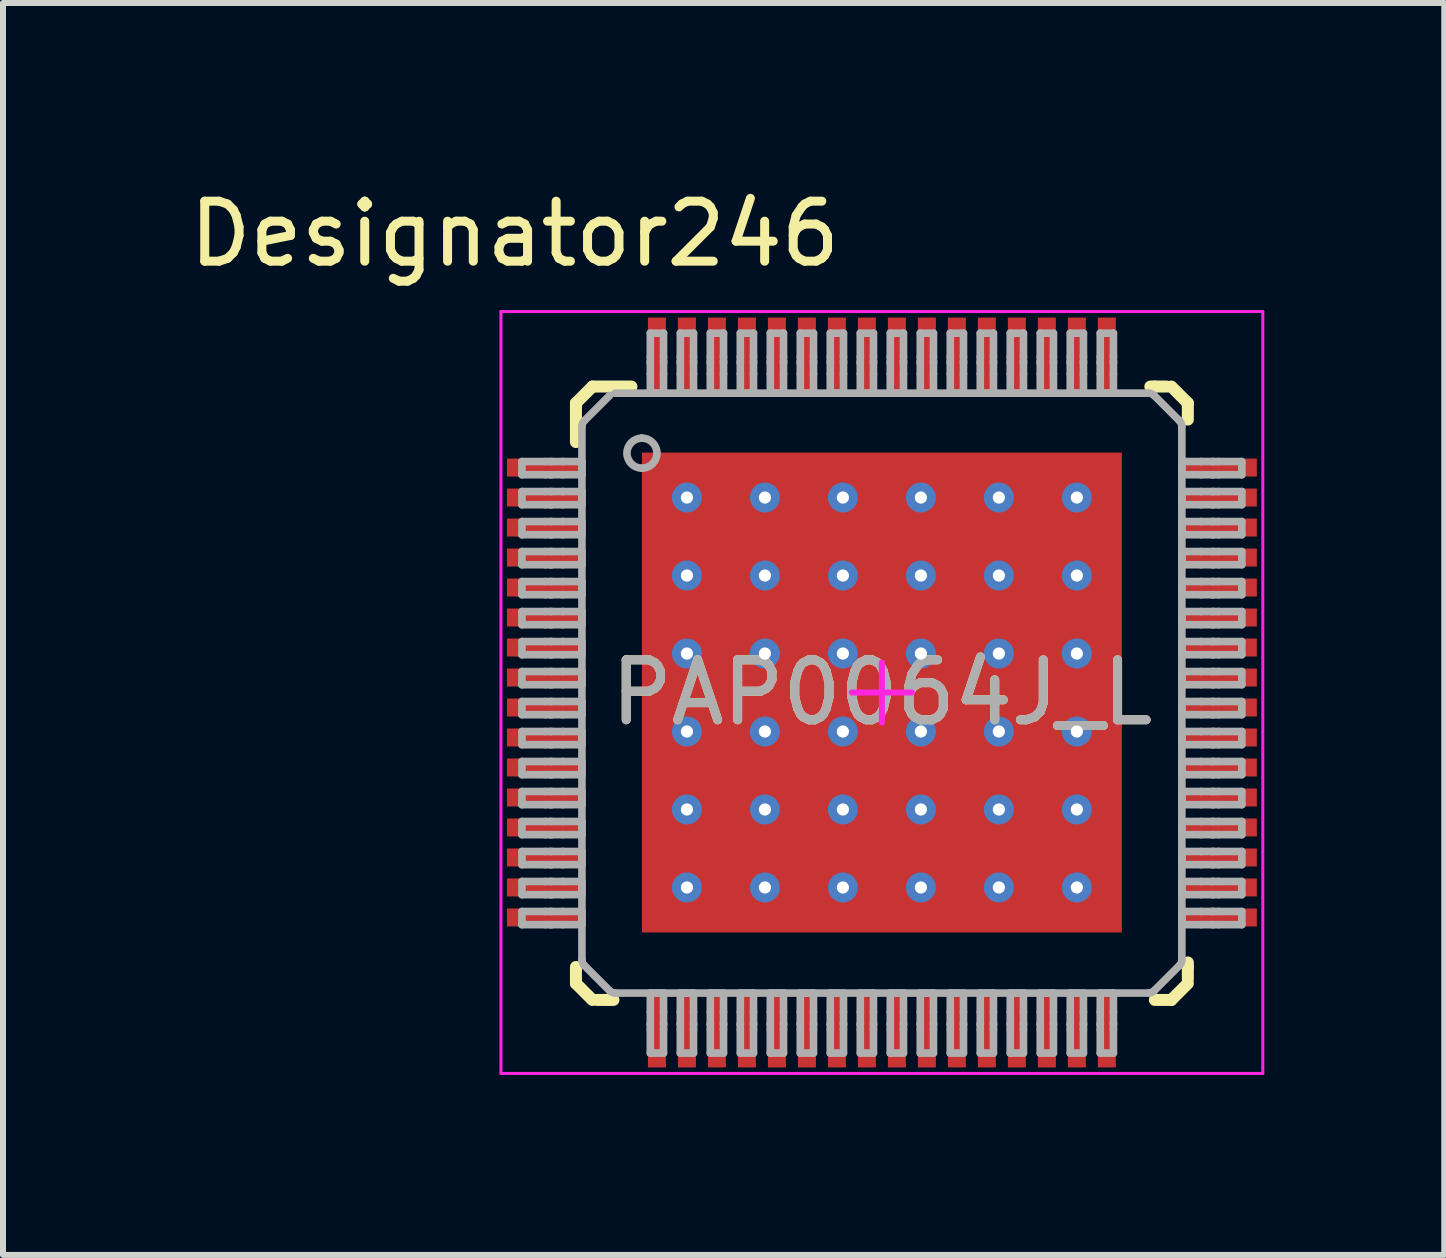
<source format=kicad_pcb>
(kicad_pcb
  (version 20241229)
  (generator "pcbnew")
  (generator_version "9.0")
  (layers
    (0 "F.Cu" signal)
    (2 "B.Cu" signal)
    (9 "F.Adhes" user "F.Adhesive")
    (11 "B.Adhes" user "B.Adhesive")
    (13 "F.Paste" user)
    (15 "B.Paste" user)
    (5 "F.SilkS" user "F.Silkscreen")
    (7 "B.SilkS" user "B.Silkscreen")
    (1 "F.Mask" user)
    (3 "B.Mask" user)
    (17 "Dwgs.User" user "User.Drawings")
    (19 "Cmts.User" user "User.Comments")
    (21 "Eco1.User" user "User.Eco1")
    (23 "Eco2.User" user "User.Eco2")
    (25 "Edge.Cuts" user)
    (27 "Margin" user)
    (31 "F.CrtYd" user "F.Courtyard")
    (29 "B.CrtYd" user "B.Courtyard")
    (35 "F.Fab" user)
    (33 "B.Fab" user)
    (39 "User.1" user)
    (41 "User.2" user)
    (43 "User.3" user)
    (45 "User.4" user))
  (footprint "PAP0064J_L"
    (layer "F.Cu")
    (at 11.651 8.494)
    (property "Reference" "PAP0064J_L" (at 0 0 0) (unlocked yes) (layer "F.SilkS") (effects (font (size 1 1) (thickness 0.15))))
    (attr smd)
    (fp_poly (pts (xy -3.5 3.595) (xy -3.5 -3.595) (xy -3.499 -3.602) (xy -3.497 -3.608) (xy -3.494 -3.614) (xy -3.49 -3.62) (xy -3.484 -3.624) (xy -3.478 -3.627) (xy -3.472 -3.629) (xy -3.465 -3.63) (xy 3.465 -3.63) (xy 3.472 -3.629) (xy 3.478 -3.627) (xy 3.484 -3.624) (xy 3.49 -3.62) (xy 3.494 -3.614) (xy 3.497 -3.608) (xy 3.499 -3.602) (xy 3.5 -3.595) (xy 3.5 3.595) (xy 3.499 3.602) (xy 3.497 3.608) (xy 3.494 3.614) (xy 3.49 3.62) (xy 3.484 3.624) (xy 3.478 3.627) (xy 3.472 3.629) (xy 3.465 3.63) (xy -3.465 3.63) (xy -3.472 3.629) (xy -3.478 3.627) (xy -3.484 3.624) (xy -3.49 3.62) (xy -3.494 3.614) (xy -3.497 3.608) (xy -3.499 3.602)) (stroke (width 0) (type solid)) (fill yes) (layer "F.Mask"))
    (fp_line (start -5.1 -4.825) (end -4.825 -5.1) (stroke (width 0.2) (type solid)) (layer "F.SilkS"))
    (fp_line (start -5.1 -4.75) (end -5.1 -4.825) (stroke (width 0.2) (type solid)) (layer "F.SilkS"))
    (fp_line (start -5.1 -4.55) (end -5.1 -4.75) (stroke (width 0.2) (type solid)) (layer "F.SilkS"))
    (fp_line (start -5.1 -4.175) (end -5.1 -4.55) (stroke (width 0.2) (type solid)) (layer "F.SilkS"))
    (fp_line (start -5.1 4.85) (end -5.1 4.575) (stroke (width 0.2) (type solid)) (layer "F.SilkS"))
    (fp_line (start -5.1 4.85) (end -4.825 5.125) (stroke (width 0.2) (type solid)) (layer "F.SilkS"))
    (fp_line (start -4.825 -5.1) (end -4.175 -5.1) (stroke (width 0.2) (type solid)) (layer "F.SilkS"))
    (fp_line (start -4.75 5.125) (end -4.55 5.125) (stroke (width 0.2) (type solid)) (layer "F.SilkS"))
    (fp_line (start -4.55 5.125) (end -4.475 5.125) (stroke (width 0.2) (type solid)) (layer "F.SilkS"))
    (fp_line (start 4.475 -5.1) (end 4.55 -5.1) (stroke (width 0.2) (type solid)) (layer "F.SilkS"))
    (fp_line (start 4.55 -5.1) (end 4.75 -5.1) (stroke (width 0.2) (type solid)) (layer "F.SilkS"))
    (fp_line (start 4.55 5.125) (end 4.825 5.125) (stroke (width 0.2) (type solid)) (layer "F.SilkS"))
    (fp_line (start 4.825 -5.1) (end 5.1 -4.825) (stroke (width 0.2) (type solid)) (layer "F.SilkS"))
    (fp_line (start 4.825 5.125) (end 5.1 4.85) (stroke (width 0.2) (type solid)) (layer "F.SilkS"))
    (fp_line (start 5.1 -4.55) (end 5.1 -4.825) (stroke (width 0.2) (type solid)) (layer "F.SilkS"))
    (fp_line (start 5.1 4.575) (end 5.1 4.5) (stroke (width 0.2) (type solid)) (layer "F.SilkS"))
    (fp_line (start 5.1 4.775) (end 5.1 4.575) (stroke (width 0.2) (type solid)) (layer "F.SilkS"))
    (fp_poly (pts (xy -3.5 3.595) (xy -3.5 -3.595) (xy -3.499 -3.602) (xy -3.497 -3.608) (xy -3.494 -3.614) (xy -3.49 -3.62) (xy -3.484 -3.624) (xy -3.478 -3.627) (xy -3.472 -3.629) (xy -3.465 -3.63) (xy 3.465 -3.63) (xy 3.472 -3.629) (xy 3.478 -3.627) (xy 3.484 -3.624) (xy 3.49 -3.62) (xy 3.494 -3.614) (xy 3.497 -3.608) (xy 3.499 -3.602) (xy 3.5 -3.595) (xy 3.5 3.595) (xy 3.499 3.602) (xy 3.497 3.608) (xy 3.494 3.614) (xy 3.49 3.62) (xy 3.484 3.624) (xy 3.478 3.627) (xy 3.472 3.629) (xy 3.465 3.63) (xy -3.465 3.63) (xy -3.472 3.629) (xy -3.478 3.627) (xy -3.484 3.624) (xy -3.49 3.62) (xy -3.494 3.614) (xy -3.497 3.608) (xy -3.499 3.602)) (stroke (width 0) (type solid)) (fill yes) (layer "F.Paste"))
    (fp_line (start -6.35 -6.35) (end 6.35 -6.35) (stroke (width 0.05) (type solid)) (layer "F.CrtYd"))
    (fp_line (start -6.35 6.35) (end -6.35 -6.35) (stroke (width 0.05) (type solid)) (layer "F.CrtYd"))
    (fp_line (start -6.35 6.35) (end 6.35 6.35) (stroke (width 0.05) (type solid)) (layer "F.CrtYd"))
    (fp_line (start -0.5 0) (end 0.5 0) (stroke (width 0.1) (type solid)) (layer "F.CrtYd"))
    (fp_line (start 0 0.5) (end 0 -0.5) (stroke (width 0.1) (type solid)) (layer "F.CrtYd"))
    (fp_line (start 6.35 6.35) (end 6.35 -6.35) (stroke (width 0.05) (type solid)) (layer "F.CrtYd"))
    (fp_line (start -6 -3.85) (end -5.61 -3.85) (stroke (width 0.127) (type solid)) (layer "F.Fab"))
    (fp_line (start -6 -3.63) (end -6 -3.85) (stroke (width 0.127) (type solid)) (layer "F.Fab"))
    (fp_line (start -6 -3.63) (end -5.61 -3.63) (stroke (width 0.127) (type solid)) (layer "F.Fab"))
    (fp_line (start -6 -3.35) (end -5.61 -3.35) (stroke (width 0.127) (type solid)) (layer "F.Fab"))
    (fp_line (start -6 -3.13) (end -6 -3.35) (stroke (width 0.127) (type solid)) (layer "F.Fab"))
    (fp_line (start -6 -3.13) (end -5.61 -3.13) (stroke (width 0.127) (type solid)) (layer "F.Fab"))
    (fp_line (start -6 -2.85) (end -5.61 -2.85) (stroke (width 0.127) (type solid)) (layer "F.Fab"))
    (fp_line (start -6 -2.63) (end -6 -2.85) (stroke (width 0.127) (type solid)) (layer "F.Fab"))
    (fp_line (start -6 -2.63) (end -5.61 -2.63) (stroke (width 0.127) (type solid)) (layer "F.Fab"))
    (fp_line (start -6 -2.35) (end -5.61 -2.35) (stroke (width 0.127) (type solid)) (layer "F.Fab"))
    (fp_line (start -6 -2.13) (end -6 -2.35) (stroke (width 0.127) (type solid)) (layer "F.Fab"))
    (fp_line (start -6 -2.13) (end -5.61 -2.13) (stroke (width 0.127) (type solid)) (layer "F.Fab"))
    (fp_line (start -6 -1.85) (end -5.61 -1.85) (stroke (width 0.127) (type solid)) (layer "F.Fab"))
    (fp_line (start -6 -1.63) (end -6 -1.85) (stroke (width 0.127) (type solid)) (layer "F.Fab"))
    (fp_line (start -6 -1.63) (end -5.61 -1.63) (stroke (width 0.127) (type solid)) (layer "F.Fab"))
    (fp_line (start -6 -1.35) (end -5.61 -1.35) (stroke (width 0.127) (type solid)) (layer "F.Fab"))
    (fp_line (start -6 -1.13) (end -6 -1.35) (stroke (width 0.127) (type solid)) (layer "F.Fab"))
    (fp_line (start -6 -1.13) (end -5.61 -1.13) (stroke (width 0.127) (type solid)) (layer "F.Fab"))
    (fp_line (start -6 -0.85) (end -5.61 -0.85) (stroke (width 0.127) (type solid)) (layer "F.Fab"))
    (fp_line (start -6 -0.63) (end -6 -0.85) (stroke (width 0.127) (type solid)) (layer "F.Fab"))
    (fp_line (start -6 -0.63) (end -5.61 -0.63) (stroke (width 0.127) (type solid)) (layer "F.Fab"))
    (fp_line (start -6 -0.35) (end -5.61 -0.35) (stroke (width 0.127) (type solid)) (layer "F.Fab"))
    (fp_line (start -6 -0.13) (end -6 -0.35) (stroke (width 0.127) (type solid)) (layer "F.Fab"))
    (fp_line (start -6 -0.13) (end -5.61 -0.13) (stroke (width 0.127) (type solid)) (layer "F.Fab"))
    (fp_line (start -6 0.15) (end -5.61 0.15) (stroke (width 0.127) (type solid)) (layer "F.Fab"))
    (fp_line (start -6 0.37) (end -6 0.15) (stroke (width 0.127) (type solid)) (layer "F.Fab"))
    (fp_line (start -6 0.37) (end -5.61 0.37) (stroke (width 0.127) (type solid)) (layer "F.Fab"))
    (fp_line (start -6 0.65) (end -5.61 0.65) (stroke (width 0.127) (type solid)) (layer "F.Fab"))
    (fp_line (start -6 0.87) (end -6 0.65) (stroke (width 0.127) (type solid)) (layer "F.Fab"))
    (fp_line (start -6 0.87) (end -5.61 0.87) (stroke (width 0.127) (type solid)) (layer "F.Fab"))
    (fp_line (start -6 1.15) (end -5.61 1.15) (stroke (width 0.127) (type solid)) (layer "F.Fab"))
    (fp_line (start -6 1.37) (end -6 1.15) (stroke (width 0.127) (type solid)) (layer "F.Fab"))
    (fp_line (start -6 1.37) (end -5.61 1.37) (stroke (width 0.127) (type solid)) (layer "F.Fab"))
    (fp_line (start -6 1.65) (end -5.61 1.65) (stroke (width 0.127) (type solid)) (layer "F.Fab"))
    (fp_line (start -6 1.87) (end -6 1.65) (stroke (width 0.127) (type solid)) (layer "F.Fab"))
    (fp_line (start -6 1.87) (end -5.61 1.87) (stroke (width 0.127) (type solid)) (layer "F.Fab"))
    (fp_line (start -6 2.15) (end -5.61 2.15) (stroke (width 0.127) (type solid)) (layer "F.Fab"))
    (fp_line (start -6 2.37) (end -6 2.15) (stroke (width 0.127) (type solid)) (layer "F.Fab"))
    (fp_line (start -6 2.37) (end -5.61 2.37) (stroke (width 0.127) (type solid)) (layer "F.Fab"))
    (fp_line (start -6 2.65) (end -5.61 2.65) (stroke (width 0.127) (type solid)) (layer "F.Fab"))
    (fp_line (start -6 2.87) (end -6 2.65) (stroke (width 0.127) (type solid)) (layer "F.Fab"))
    (fp_line (start -6 2.87) (end -5.61 2.87) (stroke (width 0.127) (type solid)) (layer "F.Fab"))
    (fp_line (start -6 3.15) (end -5.61 3.15) (stroke (width 0.127) (type solid)) (layer "F.Fab"))
    (fp_line (start -6 3.37) (end -6 3.15) (stroke (width 0.127) (type solid)) (layer "F.Fab"))
    (fp_line (start -6 3.37) (end -5.61 3.37) (stroke (width 0.127) (type solid)) (layer "F.Fab"))
    (fp_line (start -6 3.65) (end -5.61 3.65) (stroke (width 0.127) (type solid)) (layer "F.Fab"))
    (fp_line (start -6 3.87) (end -6 3.65) (stroke (width 0.127) (type solid)) (layer "F.Fab"))
    (fp_line (start -6 3.87) (end -5.61 3.87) (stroke (width 0.127) (type solid)) (layer "F.Fab"))
    (fp_line (start -5.61 -3.85) (end -5.53 -3.85) (stroke (width 0.127) (type solid)) (layer "F.Fab"))
    (fp_line (start -5.61 -3.63) (end -5.53 -3.63) (stroke (width 0.127) (type solid)) (layer "F.Fab"))
    (fp_line (start -5.61 -3.35) (end -5.53 -3.35) (stroke (width 0.127) (type solid)) (layer "F.Fab"))
    (fp_line (start -5.61 -3.13) (end -5.53 -3.13) (stroke (width 0.127) (type solid)) (layer "F.Fab"))
    (fp_line (start -5.61 -2.85) (end -5.53 -2.85) (stroke (width 0.127) (type solid)) (layer "F.Fab"))
    (fp_line (start -5.61 -2.63) (end -5.53 -2.63) (stroke (width 0.127) (type solid)) (layer "F.Fab"))
    (fp_line (start -5.61 -2.35) (end -5.53 -2.35) (stroke (width 0.127) (type solid)) (layer "F.Fab"))
    (fp_line (start -5.61 -2.13) (end -5.53 -2.13) (stroke (width 0.127) (type solid)) (layer "F.Fab"))
    (fp_line (start -5.61 -1.85) (end -5.53 -1.85) (stroke (width 0.127) (type solid)) (layer "F.Fab"))
    (fp_line (start -5.61 -1.63) (end -5.53 -1.63) (stroke (width 0.127) (type solid)) (layer "F.Fab"))
    (fp_line (start -5.61 -1.35) (end -5.53 -1.35) (stroke (width 0.127) (type solid)) (layer "F.Fab"))
    (fp_line (start -5.61 -1.13) (end -5.53 -1.13) (stroke (width 0.127) (type solid)) (layer "F.Fab"))
    (fp_line (start -5.61 -0.85) (end -5.53 -0.85) (stroke (width 0.127) (type solid)) (layer "F.Fab"))
    (fp_line (start -5.61 -0.63) (end -5.53 -0.63) (stroke (width 0.127) (type solid)) (layer "F.Fab"))
    (fp_line (start -5.61 -0.35) (end -5.53 -0.35) (stroke (width 0.127) (type solid)) (layer "F.Fab"))
    (fp_line (start -5.61 -0.13) (end -5.53 -0.13) (stroke (width 0.127) (type solid)) (layer "F.Fab"))
    (fp_line (start -5.61 0.15) (end -5.53 0.15) (stroke (width 0.127) (type solid)) (layer "F.Fab"))
    (fp_line (start -5.61 0.37) (end -5.53 0.37) (stroke (width 0.127) (type solid)) (layer "F.Fab"))
    (fp_line (start -5.61 0.65) (end -5.53 0.65) (stroke (width 0.127) (type solid)) (layer "F.Fab"))
    (fp_line (start -5.61 0.87) (end -5.53 0.87) (stroke (width 0.127) (type solid)) (layer "F.Fab"))
    (fp_line (start -5.61 1.15) (end -5.53 1.15) (stroke (width 0.127) (type solid)) (layer "F.Fab"))
    (fp_line (start -5.61 1.37) (end -5.53 1.37) (stroke (width 0.127) (type solid)) (layer "F.Fab"))
    (fp_line (start -5.61 1.65) (end -5.53 1.65) (stroke (width 0.127) (type solid)) (layer "F.Fab"))
    (fp_line (start -5.61 1.87) (end -5.53 1.87) (stroke (width 0.127) (type solid)) (layer "F.Fab"))
    (fp_line (start -5.61 2.15) (end -5.53 2.15) (stroke (width 0.127) (type solid)) (layer "F.Fab"))
    (fp_line (start -5.61 2.37) (end -5.53 2.37) (stroke (width 0.127) (type solid)) (layer "F.Fab"))
    (fp_line (start -5.61 2.65) (end -5.53 2.65) (stroke (width 0.127) (type solid)) (layer "F.Fab"))
    (fp_line (start -5.61 2.87) (end -5.53 2.87) (stroke (width 0.127) (type solid)) (layer "F.Fab"))
    (fp_line (start -5.61 3.15) (end -5.53 3.15) (stroke (width 0.127) (type solid)) (layer "F.Fab"))
    (fp_line (start -5.61 3.37) (end -5.53 3.37) (stroke (width 0.127) (type solid)) (layer "F.Fab"))
    (fp_line (start -5.61 3.65) (end -5.53 3.65) (stroke (width 0.127) (type solid)) (layer "F.Fab"))
    (fp_line (start -5.61 3.87) (end -5.53 3.87) (stroke (width 0.127) (type solid)) (layer "F.Fab"))
    (fp_line (start -5.53 -3.85) (end -5.503 -3.85) (stroke (width 0.127) (type solid)) (layer "F.Fab"))
    (fp_line (start -5.53 -3.63) (end -5.503 -3.63) (stroke (width 0.127) (type solid)) (layer "F.Fab"))
    (fp_line (start -5.53 -3.35) (end -5.503 -3.35) (stroke (width 0.127) (type solid)) (layer "F.Fab"))
    (fp_line (start -5.53 -3.13) (end -5.503 -3.13) (stroke (width 0.127) (type solid)) (layer "F.Fab"))
    (fp_line (start -5.53 -2.85) (end -5.503 -2.85) (stroke (width 0.127) (type solid)) (layer "F.Fab"))
    (fp_line (start -5.53 -2.63) (end -5.503 -2.63) (stroke (width 0.127) (type solid)) (layer "F.Fab"))
    (fp_line (start -5.53 -2.35) (end -5.503 -2.35) (stroke (width 0.127) (type solid)) (layer "F.Fab"))
    (fp_line (start -5.53 -2.13) (end -5.503 -2.13) (stroke (width 0.127) (type solid)) (layer "F.Fab"))
    (fp_line (start -5.53 -1.85) (end -5.503 -1.85) (stroke (width 0.127) (type solid)) (layer "F.Fab"))
    (fp_line (start -5.53 -1.63) (end -5.503 -1.63) (stroke (width 0.127) (type solid)) (layer "F.Fab"))
    (fp_line (start -5.53 -1.35) (end -5.503 -1.35) (stroke (width 0.127) (type solid)) (layer "F.Fab"))
    (fp_line (start -5.53 -1.13) (end -5.503 -1.13) (stroke (width 0.127) (type solid)) (layer "F.Fab"))
    (fp_line (start -5.53 -0.85) (end -5.503 -0.85) (stroke (width 0.127) (type solid)) (layer "F.Fab"))
    (fp_line (start -5.53 -0.63) (end -5.503 -0.63) (stroke (width 0.127) (type solid)) (layer "F.Fab"))
    (fp_line (start -5.53 -0.35) (end -5.503 -0.35) (stroke (width 0.127) (type solid)) (layer "F.Fab"))
    (fp_line (start -5.53 -0.13) (end -5.503 -0.13) (stroke (width 0.127) (type solid)) (layer "F.Fab"))
    (fp_line (start -5.53 0.15) (end -5.503 0.15) (stroke (width 0.127) (type solid)) (layer "F.Fab"))
    (fp_line (start -5.53 0.37) (end -5.503 0.37) (stroke (width 0.127) (type solid)) (layer "F.Fab"))
    (fp_line (start -5.53 0.65) (end -5.503 0.65) (stroke (width 0.127) (type solid)) (layer "F.Fab"))
    (fp_line (start -5.53 0.87) (end -5.503 0.87) (stroke (width 0.127) (type solid)) (layer "F.Fab"))
    (fp_line (start -5.53 1.15) (end -5.503 1.15) (stroke (width 0.127) (type solid)) (layer "F.Fab"))
    (fp_line (start -5.53 1.37) (end -5.503 1.37) (stroke (width 0.127) (type solid)) (layer "F.Fab"))
    (fp_line (start -5.53 1.65) (end -5.503 1.65) (stroke (width 0.127) (type solid)) (layer "F.Fab"))
    (fp_line (start -5.53 1.87) (end -5.503 1.87) (stroke (width 0.127) (type solid)) (layer "F.Fab"))
    (fp_line (start -5.53 2.15) (end -5.503 2.15) (stroke (width 0.127) (type solid)) (layer "F.Fab"))
    (fp_line (start -5.53 2.37) (end -5.503 2.37) (stroke (width 0.127) (type solid)) (layer "F.Fab"))
    (fp_line (start -5.53 2.65) (end -5.503 2.65) (stroke (width 0.127) (type solid)) (layer "F.Fab"))
    (fp_line (start -5.53 2.87) (end -5.503 2.87) (stroke (width 0.127) (type solid)) (layer "F.Fab"))
    (fp_line (start -5.53 3.15) (end -5.503 3.15) (stroke (width 0.127) (type solid)) (layer "F.Fab"))
    (fp_line (start -5.53 3.37) (end -5.503 3.37) (stroke (width 0.127) (type solid)) (layer "F.Fab"))
    (fp_line (start -5.53 3.65) (end -5.503 3.65) (stroke (width 0.127) (type solid)) (layer "F.Fab"))
    (fp_line (start -5.53 3.87) (end -5.503 3.87) (stroke (width 0.127) (type solid)) (layer "F.Fab"))
    (fp_line (start -5.503 -3.85) (end -5.319 -3.85) (stroke (width 0.127) (type solid)) (layer "F.Fab"))
    (fp_line (start -5.503 -3.63) (end -5.319 -3.63) (stroke (width 0.127) (type solid)) (layer "F.Fab"))
    (fp_line (start -5.503 -3.35) (end -5.319 -3.35) (stroke (width 0.127) (type solid)) (layer "F.Fab"))
    (fp_line (start -5.503 -3.13) (end -5.319 -3.13) (stroke (width 0.127) (type solid)) (layer "F.Fab"))
    (fp_line (start -5.503 -2.85) (end -5.319 -2.85) (stroke (width 0.127) (type solid)) (layer "F.Fab"))
    (fp_line (start -5.503 -2.63) (end -5.319 -2.63) (stroke (width 0.127) (type solid)) (layer "F.Fab"))
    (fp_line (start -5.503 -2.35) (end -5.319 -2.35) (stroke (width 0.127) (type solid)) (layer "F.Fab"))
    (fp_line (start -5.503 -2.13) (end -5.319 -2.13) (stroke (width 0.127) (type solid)) (layer "F.Fab"))
    (fp_line (start -5.503 -1.85) (end -5.319 -1.85) (stroke (width 0.127) (type solid)) (layer "F.Fab"))
    (fp_line (start -5.503 -1.63) (end -5.319 -1.63) (stroke (width 0.127) (type solid)) (layer "F.Fab"))
    (fp_line (start -5.503 -1.35) (end -5.319 -1.35) (stroke (width 0.127) (type solid)) (layer "F.Fab"))
    (fp_line (start -5.503 -1.13) (end -5.319 -1.13) (stroke (width 0.127) (type solid)) (layer "F.Fab"))
    (fp_line (start -5.503 -0.85) (end -5.319 -0.85) (stroke (width 0.127) (type solid)) (layer "F.Fab"))
    (fp_line (start -5.503 -0.63) (end -5.319 -0.63) (stroke (width 0.127) (type solid)) (layer "F.Fab"))
    (fp_line (start -5.503 -0.35) (end -5.319 -0.35) (stroke (width 0.127) (type solid)) (layer "F.Fab"))
    (fp_line (start -5.503 -0.13) (end -5.319 -0.13) (stroke (width 0.127) (type solid)) (layer "F.Fab"))
    (fp_line (start -5.503 0.15) (end -5.319 0.15) (stroke (width 0.127) (type solid)) (layer "F.Fab"))
    (fp_line (start -5.503 0.37) (end -5.319 0.37) (stroke (width 0.127) (type solid)) (layer "F.Fab"))
    (fp_line (start -5.503 0.65) (end -5.319 0.65) (stroke (width 0.127) (type solid)) (layer "F.Fab"))
    (fp_line (start -5.503 0.87) (end -5.319 0.87) (stroke (width 0.127) (type solid)) (layer "F.Fab"))
    (fp_line (start -5.503 1.15) (end -5.319 1.15) (stroke (width 0.127) (type solid)) (layer "F.Fab"))
    (fp_line (start -5.503 1.37) (end -5.319 1.37) (stroke (width 0.127) (type solid)) (layer "F.Fab"))
    (fp_line (start -5.503 1.65) (end -5.319 1.65) (stroke (width 0.127) (type solid)) (layer "F.Fab"))
    (fp_line (start -5.503 1.87) (end -5.319 1.87) (stroke (width 0.127) (type solid)) (layer "F.Fab"))
    (fp_line (start -5.503 2.15) (end -5.319 2.15) (stroke (width 0.127) (type solid)) (layer "F.Fab"))
    (fp_line (start -5.503 2.37) (end -5.319 2.37) (stroke (width 0.127) (type solid)) (layer "F.Fab"))
    (fp_line (start -5.503 2.65) (end -5.319 2.65) (stroke (width 0.127) (type solid)) (layer "F.Fab"))
    (fp_line (start -5.503 2.87) (end -5.319 2.87) (stroke (width 0.127) (type solid)) (layer "F.Fab"))
    (fp_line (start -5.503 3.15) (end -5.319 3.15) (stroke (width 0.127) (type solid)) (layer "F.Fab"))
    (fp_line (start -5.503 3.37) (end -5.319 3.37) (stroke (width 0.127) (type solid)) (layer "F.Fab"))
    (fp_line (start -5.503 3.65) (end -5.319 3.65) (stroke (width 0.127) (type solid)) (layer "F.Fab"))
    (fp_line (start -5.503 3.87) (end -5.319 3.87) (stroke (width 0.127) (type solid)) (layer "F.Fab"))
    (fp_line (start -5.319 -3.85) (end -5 -3.85) (stroke (width 0.127) (type solid)) (layer "F.Fab"))
    (fp_line (start -5.319 -3.63) (end -5 -3.63) (stroke (width 0.127) (type solid)) (layer "F.Fab"))
    (fp_line (start -5.319 -3.35) (end -5 -3.35) (stroke (width 0.127) (type solid)) (layer "F.Fab"))
    (fp_line (start -5.319 -3.13) (end -5 -3.13) (stroke (width 0.127) (type solid)) (layer "F.Fab"))
    (fp_line (start -5.319 -2.85) (end -5 -2.85) (stroke (width 0.127) (type solid)) (layer "F.Fab"))
    (fp_line (start -5.319 -2.63) (end -5 -2.63) (stroke (width 0.127) (type solid)) (layer "F.Fab"))
    (fp_line (start -5.319 -2.35) (end -5 -2.35) (stroke (width 0.127) (type solid)) (layer "F.Fab"))
    (fp_line (start -5.319 -2.13) (end -5 -2.13) (stroke (width 0.127) (type solid)) (layer "F.Fab"))
    (fp_line (start -5.319 -1.85) (end -5 -1.85) (stroke (width 0.127) (type solid)) (layer "F.Fab"))
    (fp_line (start -5.319 -1.63) (end -5 -1.63) (stroke (width 0.127) (type solid)) (layer "F.Fab"))
    (fp_line (start -5.319 -1.35) (end -5 -1.35) (stroke (width 0.127) (type solid)) (layer "F.Fab"))
    (fp_line (start -5.319 -1.13) (end -5 -1.13) (stroke (width 0.127) (type solid)) (layer "F.Fab"))
    (fp_line (start -5.319 -0.85) (end -5 -0.85) (stroke (width 0.127) (type solid)) (layer "F.Fab"))
    (fp_line (start -5.319 -0.63) (end -5 -0.63) (stroke (width 0.127) (type solid)) (layer "F.Fab"))
    (fp_line (start -5.319 -0.35) (end -5 -0.35) (stroke (width 0.127) (type solid)) (layer "F.Fab"))
    (fp_line (start -5.319 -0.13) (end -5 -0.13) (stroke (width 0.127) (type solid)) (layer "F.Fab"))
    (fp_line (start -5.319 0.15) (end -5 0.15) (stroke (width 0.127) (type solid)) (layer "F.Fab"))
    (fp_line (start -5.319 0.37) (end -5 0.37) (stroke (width 0.127) (type solid)) (layer "F.Fab"))
    (fp_line (start -5.319 0.65) (end -5 0.65) (stroke (width 0.127) (type solid)) (layer "F.Fab"))
    (fp_line (start -5.319 0.87) (end -5 0.87) (stroke (width 0.127) (type solid)) (layer "F.Fab"))
    (fp_line (start -5.319 1.15) (end -5 1.15) (stroke (width 0.127) (type solid)) (layer "F.Fab"))
    (fp_line (start -5.319 1.37) (end -5 1.37) (stroke (width 0.127) (type solid)) (layer "F.Fab"))
    (fp_line (start -5.319 1.65) (end -5 1.65) (stroke (width 0.127) (type solid)) (layer "F.Fab"))
    (fp_line (start -5.319 1.87) (end -5 1.87) (stroke (width 0.127) (type solid)) (layer "F.Fab"))
    (fp_line (start -5.319 2.15) (end -5 2.15) (stroke (width 0.127) (type solid)) (layer "F.Fab"))
    (fp_line (start -5.319 2.37) (end -5 2.37) (stroke (width 0.127) (type solid)) (layer "F.Fab"))
    (fp_line (start -5.319 2.65) (end -5 2.65) (stroke (width 0.127) (type solid)) (layer "F.Fab"))
    (fp_line (start -5.319 2.87) (end -5 2.87) (stroke (width 0.127) (type solid)) (layer "F.Fab"))
    (fp_line (start -5.319 3.15) (end -5 3.15) (stroke (width 0.127) (type solid)) (layer "F.Fab"))
    (fp_line (start -5.319 3.37) (end -5 3.37) (stroke (width 0.127) (type solid)) (layer "F.Fab"))
    (fp_line (start -5.319 3.65) (end -5 3.65) (stroke (width 0.127) (type solid)) (layer "F.Fab"))
    (fp_line (start -5.319 3.87) (end -5 3.87) (stroke (width 0.127) (type solid)) (layer "F.Fab"))
    (fp_line (start -5 -3.63) (end -5 -3.85) (stroke (width 0.127) (type solid)) (layer "F.Fab"))
    (fp_line (start -5 -3.13) (end -5 -3.35) (stroke (width 0.127) (type solid)) (layer "F.Fab"))
    (fp_line (start -5 -2.63) (end -5 -2.85) (stroke (width 0.127) (type solid)) (layer "F.Fab"))
    (fp_line (start -5 -2.13) (end -5 -2.35) (stroke (width 0.127) (type solid)) (layer "F.Fab"))
    (fp_line (start -5 -1.63) (end -5 -1.85) (stroke (width 0.127) (type solid)) (layer "F.Fab"))
    (fp_line (start -5 -1.13) (end -5 -1.35) (stroke (width 0.127) (type solid)) (layer "F.Fab"))
    (fp_line (start -5 -0.63) (end -5 -0.85) (stroke (width 0.127) (type solid)) (layer "F.Fab"))
    (fp_line (start -5 -0.13) (end -5 -0.35) (stroke (width 0.127) (type solid)) (layer "F.Fab"))
    (fp_line (start -5 0.37) (end -5 0.15) (stroke (width 0.127) (type solid)) (layer "F.Fab"))
    (fp_line (start -5 0.87) (end -5 0.65) (stroke (width 0.127) (type solid)) (layer "F.Fab"))
    (fp_line (start -5 1.37) (end -5 1.15) (stroke (width 0.127) (type solid)) (layer "F.Fab"))
    (fp_line (start -5 1.87) (end -5 1.65) (stroke (width 0.127) (type solid)) (layer "F.Fab"))
    (fp_line (start -5 2.37) (end -5 2.15) (stroke (width 0.127) (type solid)) (layer "F.Fab"))
    (fp_line (start -5 2.87) (end -5 2.65) (stroke (width 0.127) (type solid)) (layer "F.Fab"))
    (fp_line (start -5 3.37) (end -5 3.15) (stroke (width 0.127) (type solid)) (layer "F.Fab"))
    (fp_line (start -5 3.87) (end -5 3.65) (stroke (width 0.127) (type solid)) (layer "F.Fab"))
    (fp_line (start -5 4.458) (end -5 -4.438) (stroke (width 0.127) (type solid)) (layer "F.Fab"))
    (fp_line (start -4.963 -4.527) (end -4.537 -4.953) (stroke (width 0.127) (type solid)) (layer "F.Fab"))
    (fp_line (start -4.963 4.547) (end -4.537 4.973) (stroke (width 0.127) (type solid)) (layer "F.Fab"))
    (fp_line (start -4.448 -4.99) (end 4.448 -4.99) (stroke (width 0.127) (type solid)) (layer "F.Fab"))
    (fp_line (start -4.448 5.01) (end 4.448 5.01) (stroke (width 0.127) (type solid)) (layer "F.Fab"))
    (fp_line (start -3.86 -5.99) (end -3.64 -5.99) (stroke (width 0.127) (type solid)) (layer "F.Fab"))
    (fp_line (start -3.86 -5.6) (end -3.86 -5.99) (stroke (width 0.127) (type solid)) (layer "F.Fab"))
    (fp_line (start -3.86 -5.52) (end -3.86 -5.6) (stroke (width 0.127) (type solid)) (layer "F.Fab"))
    (fp_line (start -3.86 -5.493) (end -3.86 -5.52) (stroke (width 0.127) (type solid)) (layer "F.Fab"))
    (fp_line (start -3.86 -5.309) (end -3.86 -5.493) (stroke (width 0.127) (type solid)) (layer "F.Fab"))
    (fp_line (start -3.86 -4.99) (end -3.86 -5.309) (stroke (width 0.127) (type solid)) (layer "F.Fab"))
    (fp_line (start -3.86 -4.99) (end -3.64 -4.99) (stroke (width 0.127) (type solid)) (layer "F.Fab"))
    (fp_line (start -3.86 5.01) (end -3.64 5.01) (stroke (width 0.127) (type solid)) (layer "F.Fab"))
    (fp_line (start -3.86 5.329) (end -3.86 5.01) (stroke (width 0.127) (type solid)) (layer "F.Fab"))
    (fp_line (start -3.86 5.513) (end -3.86 5.329) (stroke (width 0.127) (type solid)) (layer "F.Fab"))
    (fp_line (start -3.86 5.54) (end -3.86 5.513) (stroke (width 0.127) (type solid)) (layer "F.Fab"))
    (fp_line (start -3.86 5.62) (end -3.86 5.54) (stroke (width 0.127) (type solid)) (layer "F.Fab"))
    (fp_line (start -3.86 6.01) (end -3.86 5.62) (stroke (width 0.127) (type solid)) (layer "F.Fab"))
    (fp_line (start -3.86 6.01) (end -3.64 6.01) (stroke (width 0.127) (type solid)) (layer "F.Fab"))
    (fp_line (start -3.64 -5.6) (end -3.64 -5.99) (stroke (width 0.127) (type solid)) (layer "F.Fab"))
    (fp_line (start -3.64 -5.52) (end -3.64 -5.6) (stroke (width 0.127) (type solid)) (layer "F.Fab"))
    (fp_line (start -3.64 -5.493) (end -3.64 -5.52) (stroke (width 0.127) (type solid)) (layer "F.Fab"))
    (fp_line (start -3.64 -5.309) (end -3.64 -5.493) (stroke (width 0.127) (type solid)) (layer "F.Fab"))
    (fp_line (start -3.64 -4.99) (end -3.64 -5.309) (stroke (width 0.127) (type solid)) (layer "F.Fab"))
    (fp_line (start -3.64 5.329) (end -3.64 5.01) (stroke (width 0.127) (type solid)) (layer "F.Fab"))
    (fp_line (start -3.64 5.513) (end -3.64 5.329) (stroke (width 0.127) (type solid)) (layer "F.Fab"))
    (fp_line (start -3.64 5.54) (end -3.64 5.513) (stroke (width 0.127) (type solid)) (layer "F.Fab"))
    (fp_line (start -3.64 5.62) (end -3.64 5.54) (stroke (width 0.127) (type solid)) (layer "F.Fab"))
    (fp_line (start -3.64 6.01) (end -3.64 5.62) (stroke (width 0.127) (type solid)) (layer "F.Fab"))
    (fp_line (start -3.36 -5.99) (end -3.14 -5.99) (stroke (width 0.127) (type solid)) (layer "F.Fab"))
    (fp_line (start -3.36 -5.6) (end -3.36 -5.99) (stroke (width 0.127) (type solid)) (layer "F.Fab"))
    (fp_line (start -3.36 -5.52) (end -3.36 -5.6) (stroke (width 0.127) (type solid)) (layer "F.Fab"))
    (fp_line (start -3.36 -5.493) (end -3.36 -5.52) (stroke (width 0.127) (type solid)) (layer "F.Fab"))
    (fp_line (start -3.36 -5.309) (end -3.36 -5.493) (stroke (width 0.127) (type solid)) (layer "F.Fab"))
    (fp_line (start -3.36 -4.99) (end -3.36 -5.309) (stroke (width 0.127) (type solid)) (layer "F.Fab"))
    (fp_line (start -3.36 -4.99) (end -3.14 -4.99) (stroke (width 0.127) (type solid)) (layer "F.Fab"))
    (fp_line (start -3.36 5.01) (end -3.14 5.01) (stroke (width 0.127) (type solid)) (layer "F.Fab"))
    (fp_line (start -3.36 5.329) (end -3.36 5.01) (stroke (width 0.127) (type solid)) (layer "F.Fab"))
    (fp_line (start -3.36 5.513) (end -3.36 5.329) (stroke (width 0.127) (type solid)) (layer "F.Fab"))
    (fp_line (start -3.36 5.54) (end -3.36 5.513) (stroke (width 0.127) (type solid)) (layer "F.Fab"))
    (fp_line (start -3.36 5.62) (end -3.36 5.54) (stroke (width 0.127) (type solid)) (layer "F.Fab"))
    (fp_line (start -3.36 6.01) (end -3.36 5.62) (stroke (width 0.127) (type solid)) (layer "F.Fab"))
    (fp_line (start -3.36 6.01) (end -3.14 6.01) (stroke (width 0.127) (type solid)) (layer "F.Fab"))
    (fp_line (start -3.14 -5.6) (end -3.14 -5.99) (stroke (width 0.127) (type solid)) (layer "F.Fab"))
    (fp_line (start -3.14 -5.52) (end -3.14 -5.6) (stroke (width 0.127) (type solid)) (layer "F.Fab"))
    (fp_line (start -3.14 -5.493) (end -3.14 -5.52) (stroke (width 0.127) (type solid)) (layer "F.Fab"))
    (fp_line (start -3.14 -5.309) (end -3.14 -5.493) (stroke (width 0.127) (type solid)) (layer "F.Fab"))
    (fp_line (start -3.14 -4.99) (end -3.14 -5.309) (stroke (width 0.127) (type solid)) (layer "F.Fab"))
    (fp_line (start -3.14 5.329) (end -3.14 5.01) (stroke (width 0.127) (type solid)) (layer "F.Fab"))
    (fp_line (start -3.14 5.513) (end -3.14 5.329) (stroke (width 0.127) (type solid)) (layer "F.Fab"))
    (fp_line (start -3.14 5.54) (end -3.14 5.513) (stroke (width 0.127) (type solid)) (layer "F.Fab"))
    (fp_line (start -3.14 5.62) (end -3.14 5.54) (stroke (width 0.127) (type solid)) (layer "F.Fab"))
    (fp_line (start -3.14 6.01) (end -3.14 5.62) (stroke (width 0.127) (type solid)) (layer "F.Fab"))
    (fp_line (start -2.86 -5.99) (end -2.64 -5.99) (stroke (width 0.127) (type solid)) (layer "F.Fab"))
    (fp_line (start -2.86 -5.6) (end -2.86 -5.99) (stroke (width 0.127) (type solid)) (layer "F.Fab"))
    (fp_line (start -2.86 -5.52) (end -2.86 -5.6) (stroke (width 0.127) (type solid)) (layer "F.Fab"))
    (fp_line (start -2.86 -5.493) (end -2.86 -5.52) (stroke (width 0.127) (type solid)) (layer "F.Fab"))
    (fp_line (start -2.86 -5.309) (end -2.86 -5.493) (stroke (width 0.127) (type solid)) (layer "F.Fab"))
    (fp_line (start -2.86 -4.99) (end -2.86 -5.309) (stroke (width 0.127) (type solid)) (layer "F.Fab"))
    (fp_line (start -2.86 -4.99) (end -2.64 -4.99) (stroke (width 0.127) (type solid)) (layer "F.Fab"))
    (fp_line (start -2.86 5.01) (end -2.64 5.01) (stroke (width 0.127) (type solid)) (layer "F.Fab"))
    (fp_line (start -2.86 5.329) (end -2.86 5.01) (stroke (width 0.127) (type solid)) (layer "F.Fab"))
    (fp_line (start -2.86 5.513) (end -2.86 5.329) (stroke (width 0.127) (type solid)) (layer "F.Fab"))
    (fp_line (start -2.86 5.54) (end -2.86 5.513) (stroke (width 0.127) (type solid)) (layer "F.Fab"))
    (fp_line (start -2.86 5.62) (end -2.86 5.54) (stroke (width 0.127) (type solid)) (layer "F.Fab"))
    (fp_line (start -2.86 6.01) (end -2.86 5.62) (stroke (width 0.127) (type solid)) (layer "F.Fab"))
    (fp_line (start -2.86 6.01) (end -2.64 6.01) (stroke (width 0.127) (type solid)) (layer "F.Fab"))
    (fp_line (start -2.64 -5.6) (end -2.64 -5.99) (stroke (width 0.127) (type solid)) (layer "F.Fab"))
    (fp_line (start -2.64 -5.52) (end -2.64 -5.6) (stroke (width 0.127) (type solid)) (layer "F.Fab"))
    (fp_line (start -2.64 -5.493) (end -2.64 -5.52) (stroke (width 0.127) (type solid)) (layer "F.Fab"))
    (fp_line (start -2.64 -5.309) (end -2.64 -5.493) (stroke (width 0.127) (type solid)) (layer "F.Fab"))
    (fp_line (start -2.64 -4.99) (end -2.64 -5.309) (stroke (width 0.127) (type solid)) (layer "F.Fab"))
    (fp_line (start -2.64 5.329) (end -2.64 5.01) (stroke (width 0.127) (type solid)) (layer "F.Fab"))
    (fp_line (start -2.64 5.513) (end -2.64 5.329) (stroke (width 0.127) (type solid)) (layer "F.Fab"))
    (fp_line (start -2.64 5.54) (end -2.64 5.513) (stroke (width 0.127) (type solid)) (layer "F.Fab"))
    (fp_line (start -2.64 5.62) (end -2.64 5.54) (stroke (width 0.127) (type solid)) (layer "F.Fab"))
    (fp_line (start -2.64 6.01) (end -2.64 5.62) (stroke (width 0.127) (type solid)) (layer "F.Fab"))
    (fp_line (start -2.36 -5.99) (end -2.14 -5.99) (stroke (width 0.127) (type solid)) (layer "F.Fab"))
    (fp_line (start -2.36 -5.6) (end -2.36 -5.99) (stroke (width 0.127) (type solid)) (layer "F.Fab"))
    (fp_line (start -2.36 -5.52) (end -2.36 -5.6) (stroke (width 0.127) (type solid)) (layer "F.Fab"))
    (fp_line (start -2.36 -5.493) (end -2.36 -5.52) (stroke (width 0.127) (type solid)) (layer "F.Fab"))
    (fp_line (start -2.36 -5.309) (end -2.36 -5.493) (stroke (width 0.127) (type solid)) (layer "F.Fab"))
    (fp_line (start -2.36 -4.99) (end -2.36 -5.309) (stroke (width 0.127) (type solid)) (layer "F.Fab"))
    (fp_line (start -2.36 -4.99) (end -2.14 -4.99) (stroke (width 0.127) (type solid)) (layer "F.Fab"))
    (fp_line (start -2.36 5.01) (end -2.14 5.01) (stroke (width 0.127) (type solid)) (layer "F.Fab"))
    (fp_line (start -2.36 5.329) (end -2.36 5.01) (stroke (width 0.127) (type solid)) (layer "F.Fab"))
    (fp_line (start -2.36 5.513) (end -2.36 5.329) (stroke (width 0.127) (type solid)) (layer "F.Fab"))
    (fp_line (start -2.36 5.54) (end -2.36 5.513) (stroke (width 0.127) (type solid)) (layer "F.Fab"))
    (fp_line (start -2.36 5.62) (end -2.36 5.54) (stroke (width 0.127) (type solid)) (layer "F.Fab"))
    (fp_line (start -2.36 6.01) (end -2.36 5.62) (stroke (width 0.127) (type solid)) (layer "F.Fab"))
    (fp_line (start -2.36 6.01) (end -2.14 6.01) (stroke (width 0.127) (type solid)) (layer "F.Fab"))
    (fp_line (start -2.14 -5.6) (end -2.14 -5.99) (stroke (width 0.127) (type solid)) (layer "F.Fab"))
    (fp_line (start -2.14 -5.52) (end -2.14 -5.6) (stroke (width 0.127) (type solid)) (layer "F.Fab"))
    (fp_line (start -2.14 -5.493) (end -2.14 -5.52) (stroke (width 0.127) (type solid)) (layer "F.Fab"))
    (fp_line (start -2.14 -5.309) (end -2.14 -5.493) (stroke (width 0.127) (type solid)) (layer "F.Fab"))
    (fp_line (start -2.14 -4.99) (end -2.14 -5.309) (stroke (width 0.127) (type solid)) (layer "F.Fab"))
    (fp_line (start -2.14 5.329) (end -2.14 5.01) (stroke (width 0.127) (type solid)) (layer "F.Fab"))
    (fp_line (start -2.14 5.513) (end -2.14 5.329) (stroke (width 0.127) (type solid)) (layer "F.Fab"))
    (fp_line (start -2.14 5.54) (end -2.14 5.513) (stroke (width 0.127) (type solid)) (layer "F.Fab"))
    (fp_line (start -2.14 5.62) (end -2.14 5.54) (stroke (width 0.127) (type solid)) (layer "F.Fab"))
    (fp_line (start -2.14 6.01) (end -2.14 5.62) (stroke (width 0.127) (type solid)) (layer "F.Fab"))
    (fp_line (start -1.86 -5.99) (end -1.64 -5.99) (stroke (width 0.127) (type solid)) (layer "F.Fab"))
    (fp_line (start -1.86 -5.6) (end -1.86 -5.99) (stroke (width 0.127) (type solid)) (layer "F.Fab"))
    (fp_line (start -1.86 -5.52) (end -1.86 -5.6) (stroke (width 0.127) (type solid)) (layer "F.Fab"))
    (fp_line (start -1.86 -5.493) (end -1.86 -5.52) (stroke (width 0.127) (type solid)) (layer "F.Fab"))
    (fp_line (start -1.86 -5.309) (end -1.86 -5.493) (stroke (width 0.127) (type solid)) (layer "F.Fab"))
    (fp_line (start -1.86 -4.99) (end -1.86 -5.309) (stroke (width 0.127) (type solid)) (layer "F.Fab"))
    (fp_line (start -1.86 -4.99) (end -1.64 -4.99) (stroke (width 0.127) (type solid)) (layer "F.Fab"))
    (fp_line (start -1.86 5.01) (end -1.64 5.01) (stroke (width 0.127) (type solid)) (layer "F.Fab"))
    (fp_line (start -1.86 5.329) (end -1.86 5.01) (stroke (width 0.127) (type solid)) (layer "F.Fab"))
    (fp_line (start -1.86 5.513) (end -1.86 5.329) (stroke (width 0.127) (type solid)) (layer "F.Fab"))
    (fp_line (start -1.86 5.54) (end -1.86 5.513) (stroke (width 0.127) (type solid)) (layer "F.Fab"))
    (fp_line (start -1.86 5.62) (end -1.86 5.54) (stroke (width 0.127) (type solid)) (layer "F.Fab"))
    (fp_line (start -1.86 6.01) (end -1.86 5.62) (stroke (width 0.127) (type solid)) (layer "F.Fab"))
    (fp_line (start -1.86 6.01) (end -1.64 6.01) (stroke (width 0.127) (type solid)) (layer "F.Fab"))
    (fp_line (start -1.64 -5.6) (end -1.64 -5.99) (stroke (width 0.127) (type solid)) (layer "F.Fab"))
    (fp_line (start -1.64 -5.52) (end -1.64 -5.6) (stroke (width 0.127) (type solid)) (layer "F.Fab"))
    (fp_line (start -1.64 -5.493) (end -1.64 -5.52) (stroke (width 0.127) (type solid)) (layer "F.Fab"))
    (fp_line (start -1.64 -5.309) (end -1.64 -5.493) (stroke (width 0.127) (type solid)) (layer "F.Fab"))
    (fp_line (start -1.64 -4.99) (end -1.64 -5.309) (stroke (width 0.127) (type solid)) (layer "F.Fab"))
    (fp_line (start -1.64 5.329) (end -1.64 5.01) (stroke (width 0.127) (type solid)) (layer "F.Fab"))
    (fp_line (start -1.64 5.513) (end -1.64 5.329) (stroke (width 0.127) (type solid)) (layer "F.Fab"))
    (fp_line (start -1.64 5.54) (end -1.64 5.513) (stroke (width 0.127) (type solid)) (layer "F.Fab"))
    (fp_line (start -1.64 5.62) (end -1.64 5.54) (stroke (width 0.127) (type solid)) (layer "F.Fab"))
    (fp_line (start -1.64 6.01) (end -1.64 5.62) (stroke (width 0.127) (type solid)) (layer "F.Fab"))
    (fp_line (start -1.36 -5.99) (end -1.14 -5.99) (stroke (width 0.127) (type solid)) (layer "F.Fab"))
    (fp_line (start -1.36 -5.6) (end -1.36 -5.99) (stroke (width 0.127) (type solid)) (layer "F.Fab"))
    (fp_line (start -1.36 -5.52) (end -1.36 -5.6) (stroke (width 0.127) (type solid)) (layer "F.Fab"))
    (fp_line (start -1.36 -5.493) (end -1.36 -5.52) (stroke (width 0.127) (type solid)) (layer "F.Fab"))
    (fp_line (start -1.36 -5.309) (end -1.36 -5.493) (stroke (width 0.127) (type solid)) (layer "F.Fab"))
    (fp_line (start -1.36 -4.99) (end -1.36 -5.309) (stroke (width 0.127) (type solid)) (layer "F.Fab"))
    (fp_line (start -1.36 -4.99) (end -1.14 -4.99) (stroke (width 0.127) (type solid)) (layer "F.Fab"))
    (fp_line (start -1.36 5.01) (end -1.14 5.01) (stroke (width 0.127) (type solid)) (layer "F.Fab"))
    (fp_line (start -1.36 5.329) (end -1.36 5.01) (stroke (width 0.127) (type solid)) (layer "F.Fab"))
    (fp_line (start -1.36 5.513) (end -1.36 5.329) (stroke (width 0.127) (type solid)) (layer "F.Fab"))
    (fp_line (start -1.36 5.54) (end -1.36 5.513) (stroke (width 0.127) (type solid)) (layer "F.Fab"))
    (fp_line (start -1.36 5.62) (end -1.36 5.54) (stroke (width 0.127) (type solid)) (layer "F.Fab"))
    (fp_line (start -1.36 6.01) (end -1.36 5.62) (stroke (width 0.127) (type solid)) (layer "F.Fab"))
    (fp_line (start -1.36 6.01) (end -1.14 6.01) (stroke (width 0.127) (type solid)) (layer "F.Fab"))
    (fp_line (start -1.14 -5.6) (end -1.14 -5.99) (stroke (width 0.127) (type solid)) (layer "F.Fab"))
    (fp_line (start -1.14 -5.52) (end -1.14 -5.6) (stroke (width 0.127) (type solid)) (layer "F.Fab"))
    (fp_line (start -1.14 -5.493) (end -1.14 -5.52) (stroke (width 0.127) (type solid)) (layer "F.Fab"))
    (fp_line (start -1.14 -5.309) (end -1.14 -5.493) (stroke (width 0.127) (type solid)) (layer "F.Fab"))
    (fp_line (start -1.14 -4.99) (end -1.14 -5.309) (stroke (width 0.127) (type solid)) (layer "F.Fab"))
    (fp_line (start -1.14 5.329) (end -1.14 5.01) (stroke (width 0.127) (type solid)) (layer "F.Fab"))
    (fp_line (start -1.14 5.513) (end -1.14 5.329) (stroke (width 0.127) (type solid)) (layer "F.Fab"))
    (fp_line (start -1.14 5.54) (end -1.14 5.513) (stroke (width 0.127) (type solid)) (layer "F.Fab"))
    (fp_line (start -1.14 5.62) (end -1.14 5.54) (stroke (width 0.127) (type solid)) (layer "F.Fab"))
    (fp_line (start -1.14 6.01) (end -1.14 5.62) (stroke (width 0.127) (type solid)) (layer "F.Fab"))
    (fp_line (start -0.86 -5.99) (end -0.64 -5.99) (stroke (width 0.127) (type solid)) (layer "F.Fab"))
    (fp_line (start -0.86 -5.6) (end -0.86 -5.99) (stroke (width 0.127) (type solid)) (layer "F.Fab"))
    (fp_line (start -0.86 -5.52) (end -0.86 -5.6) (stroke (width 0.127) (type solid)) (layer "F.Fab"))
    (fp_line (start -0.86 -5.493) (end -0.86 -5.52) (stroke (width 0.127) (type solid)) (layer "F.Fab"))
    (fp_line (start -0.86 -5.309) (end -0.86 -5.493) (stroke (width 0.127) (type solid)) (layer "F.Fab"))
    (fp_line (start -0.86 -4.99) (end -0.86 -5.309) (stroke (width 0.127) (type solid)) (layer "F.Fab"))
    (fp_line (start -0.86 -4.99) (end -0.64 -4.99) (stroke (width 0.127) (type solid)) (layer "F.Fab"))
    (fp_line (start -0.86 5.01) (end -0.64 5.01) (stroke (width 0.127) (type solid)) (layer "F.Fab"))
    (fp_line (start -0.86 5.329) (end -0.86 5.01) (stroke (width 0.127) (type solid)) (layer "F.Fab"))
    (fp_line (start -0.86 5.513) (end -0.86 5.329) (stroke (width 0.127) (type solid)) (layer "F.Fab"))
    (fp_line (start -0.86 5.54) (end -0.86 5.513) (stroke (width 0.127) (type solid)) (layer "F.Fab"))
    (fp_line (start -0.86 5.62) (end -0.86 5.54) (stroke (width 0.127) (type solid)) (layer "F.Fab"))
    (fp_line (start -0.86 6.01) (end -0.86 5.62) (stroke (width 0.127) (type solid)) (layer "F.Fab"))
    (fp_line (start -0.86 6.01) (end -0.64 6.01) (stroke (width 0.127) (type solid)) (layer "F.Fab"))
    (fp_line (start -0.64 -5.6) (end -0.64 -5.99) (stroke (width 0.127) (type solid)) (layer "F.Fab"))
    (fp_line (start -0.64 -5.52) (end -0.64 -5.6) (stroke (width 0.127) (type solid)) (layer "F.Fab"))
    (fp_line (start -0.64 -5.493) (end -0.64 -5.52) (stroke (width 0.127) (type solid)) (layer "F.Fab"))
    (fp_line (start -0.64 -5.309) (end -0.64 -5.493) (stroke (width 0.127) (type solid)) (layer "F.Fab"))
    (fp_line (start -0.64 -4.99) (end -0.64 -5.309) (stroke (width 0.127) (type solid)) (layer "F.Fab"))
    (fp_line (start -0.64 5.329) (end -0.64 5.01) (stroke (width 0.127) (type solid)) (layer "F.Fab"))
    (fp_line (start -0.64 5.513) (end -0.64 5.329) (stroke (width 0.127) (type solid)) (layer "F.Fab"))
    (fp_line (start -0.64 5.54) (end -0.64 5.513) (stroke (width 0.127) (type solid)) (layer "F.Fab"))
    (fp_line (start -0.64 5.62) (end -0.64 5.54) (stroke (width 0.127) (type solid)) (layer "F.Fab"))
    (fp_line (start -0.64 6.01) (end -0.64 5.62) (stroke (width 0.127) (type solid)) (layer "F.Fab"))
    (fp_line (start -0.36 -5.99) (end -0.14 -5.99) (stroke (width 0.127) (type solid)) (layer "F.Fab"))
    (fp_line (start -0.36 -5.6) (end -0.36 -5.99) (stroke (width 0.127) (type solid)) (layer "F.Fab"))
    (fp_line (start -0.36 -5.52) (end -0.36 -5.6) (stroke (width 0.127) (type solid)) (layer "F.Fab"))
    (fp_line (start -0.36 -5.493) (end -0.36 -5.52) (stroke (width 0.127) (type solid)) (layer "F.Fab"))
    (fp_line (start -0.36 -5.309) (end -0.36 -5.493) (stroke (width 0.127) (type solid)) (layer "F.Fab"))
    (fp_line (start -0.36 -4.99) (end -0.36 -5.309) (stroke (width 0.127) (type solid)) (layer "F.Fab"))
    (fp_line (start -0.36 -4.99) (end -0.14 -4.99) (stroke (width 0.127) (type solid)) (layer "F.Fab"))
    (fp_line (start -0.36 5.01) (end -0.14 5.01) (stroke (width 0.127) (type solid)) (layer "F.Fab"))
    (fp_line (start -0.36 5.329) (end -0.36 5.01) (stroke (width 0.127) (type solid)) (layer "F.Fab"))
    (fp_line (start -0.36 5.513) (end -0.36 5.329) (stroke (width 0.127) (type solid)) (layer "F.Fab"))
    (fp_line (start -0.36 5.54) (end -0.36 5.513) (stroke (width 0.127) (type solid)) (layer "F.Fab"))
    (fp_line (start -0.36 5.62) (end -0.36 5.54) (stroke (width 0.127) (type solid)) (layer "F.Fab"))
    (fp_line (start -0.36 6.01) (end -0.36 5.62) (stroke (width 0.127) (type solid)) (layer "F.Fab"))
    (fp_line (start -0.36 6.01) (end -0.14 6.01) (stroke (width 0.127) (type solid)) (layer "F.Fab"))
    (fp_line (start -0.14 -5.6) (end -0.14 -5.99) (stroke (width 0.127) (type solid)) (layer "F.Fab"))
    (fp_line (start -0.14 -5.52) (end -0.14 -5.6) (stroke (width 0.127) (type solid)) (layer "F.Fab"))
    (fp_line (start -0.14 -5.493) (end -0.14 -5.52) (stroke (width 0.127) (type solid)) (layer "F.Fab"))
    (fp_line (start -0.14 -5.309) (end -0.14 -5.493) (stroke (width 0.127) (type solid)) (layer "F.Fab"))
    (fp_line (start -0.14 -4.99) (end -0.14 -5.309) (stroke (width 0.127) (type solid)) (layer "F.Fab"))
    (fp_line (start -0.14 5.329) (end -0.14 5.01) (stroke (width 0.127) (type solid)) (layer "F.Fab"))
    (fp_line (start -0.14 5.513) (end -0.14 5.329) (stroke (width 0.127) (type solid)) (layer "F.Fab"))
    (fp_line (start -0.14 5.54) (end -0.14 5.513) (stroke (width 0.127) (type solid)) (layer "F.Fab"))
    (fp_line (start -0.14 5.62) (end -0.14 5.54) (stroke (width 0.127) (type solid)) (layer "F.Fab"))
    (fp_line (start -0.14 6.01) (end -0.14 5.62) (stroke (width 0.127) (type solid)) (layer "F.Fab"))
    (fp_line (start 0.14 -5.99) (end 0.36 -5.99) (stroke (width 0.127) (type solid)) (layer "F.Fab"))
    (fp_line (start 0.14 -5.6) (end 0.14 -5.99) (stroke (width 0.127) (type solid)) (layer "F.Fab"))
    (fp_line (start 0.14 -5.52) (end 0.14 -5.6) (stroke (width 0.127) (type solid)) (layer "F.Fab"))
    (fp_line (start 0.14 -5.493) (end 0.14 -5.52) (stroke (width 0.127) (type solid)) (layer "F.Fab"))
    (fp_line (start 0.14 -5.309) (end 0.14 -5.493) (stroke (width 0.127) (type solid)) (layer "F.Fab"))
    (fp_line (start 0.14 -4.99) (end 0.14 -5.309) (stroke (width 0.127) (type solid)) (layer "F.Fab"))
    (fp_line (start 0.14 -4.99) (end 0.36 -4.99) (stroke (width 0.127) (type solid)) (layer "F.Fab"))
    (fp_line (start 0.14 5.01) (end 0.36 5.01) (stroke (width 0.127) (type solid)) (layer "F.Fab"))
    (fp_line (start 0.14 5.329) (end 0.14 5.01) (stroke (width 0.127) (type solid)) (layer "F.Fab"))
    (fp_line (start 0.14 5.513) (end 0.14 5.329) (stroke (width 0.127) (type solid)) (layer "F.Fab"))
    (fp_line (start 0.14 5.54) (end 0.14 5.513) (stroke (width 0.127) (type solid)) (layer "F.Fab"))
    (fp_line (start 0.14 5.62) (end 0.14 5.54) (stroke (width 0.127) (type solid)) (layer "F.Fab"))
    (fp_line (start 0.14 6.01) (end 0.14 5.62) (stroke (width 0.127) (type solid)) (layer "F.Fab"))
    (fp_line (start 0.14 6.01) (end 0.36 6.01) (stroke (width 0.127) (type solid)) (layer "F.Fab"))
    (fp_line (start 0.36 -5.6) (end 0.36 -5.99) (stroke (width 0.127) (type solid)) (layer "F.Fab"))
    (fp_line (start 0.36 -5.52) (end 0.36 -5.6) (stroke (width 0.127) (type solid)) (layer "F.Fab"))
    (fp_line (start 0.36 -5.493) (end 0.36 -5.52) (stroke (width 0.127) (type solid)) (layer "F.Fab"))
    (fp_line (start 0.36 -5.309) (end 0.36 -5.493) (stroke (width 0.127) (type solid)) (layer "F.Fab"))
    (fp_line (start 0.36 -4.99) (end 0.36 -5.309) (stroke (width 0.127) (type solid)) (layer "F.Fab"))
    (fp_line (start 0.36 5.329) (end 0.36 5.01) (stroke (width 0.127) (type solid)) (layer "F.Fab"))
    (fp_line (start 0.36 5.513) (end 0.36 5.329) (stroke (width 0.127) (type solid)) (layer "F.Fab"))
    (fp_line (start 0.36 5.54) (end 0.36 5.513) (stroke (width 0.127) (type solid)) (layer "F.Fab"))
    (fp_line (start 0.36 5.62) (end 0.36 5.54) (stroke (width 0.127) (type solid)) (layer "F.Fab"))
    (fp_line (start 0.36 6.01) (end 0.36 5.62) (stroke (width 0.127) (type solid)) (layer "F.Fab"))
    (fp_line (start 0.64 -5.99) (end 0.86 -5.99) (stroke (width 0.127) (type solid)) (layer "F.Fab"))
    (fp_line (start 0.64 -5.6) (end 0.64 -5.99) (stroke (width 0.127) (type solid)) (layer "F.Fab"))
    (fp_line (start 0.64 -5.52) (end 0.64 -5.6) (stroke (width 0.127) (type solid)) (layer "F.Fab"))
    (fp_line (start 0.64 -5.493) (end 0.64 -5.52) (stroke (width 0.127) (type solid)) (layer "F.Fab"))
    (fp_line (start 0.64 -5.309) (end 0.64 -5.493) (stroke (width 0.127) (type solid)) (layer "F.Fab"))
    (fp_line (start 0.64 -4.99) (end 0.64 -5.309) (stroke (width 0.127) (type solid)) (layer "F.Fab"))
    (fp_line (start 0.64 -4.99) (end 0.86 -4.99) (stroke (width 0.127) (type solid)) (layer "F.Fab"))
    (fp_line (start 0.64 5.01) (end 0.86 5.01) (stroke (width 0.127) (type solid)) (layer "F.Fab"))
    (fp_line (start 0.64 5.329) (end 0.64 5.01) (stroke (width 0.127) (type solid)) (layer "F.Fab"))
    (fp_line (start 0.64 5.513) (end 0.64 5.329) (stroke (width 0.127) (type solid)) (layer "F.Fab"))
    (fp_line (start 0.64 5.54) (end 0.64 5.513) (stroke (width 0.127) (type solid)) (layer "F.Fab"))
    (fp_line (start 0.64 5.62) (end 0.64 5.54) (stroke (width 0.127) (type solid)) (layer "F.Fab"))
    (fp_line (start 0.64 6.01) (end 0.64 5.62) (stroke (width 0.127) (type solid)) (layer "F.Fab"))
    (fp_line (start 0.64 6.01) (end 0.86 6.01) (stroke (width 0.127) (type solid)) (layer "F.Fab"))
    (fp_line (start 0.86 -5.6) (end 0.86 -5.99) (stroke (width 0.127) (type solid)) (layer "F.Fab"))
    (fp_line (start 0.86 -5.52) (end 0.86 -5.6) (stroke (width 0.127) (type solid)) (layer "F.Fab"))
    (fp_line (start 0.86 -5.493) (end 0.86 -5.52) (stroke (width 0.127) (type solid)) (layer "F.Fab"))
    (fp_line (start 0.86 -5.309) (end 0.86 -5.493) (stroke (width 0.127) (type solid)) (layer "F.Fab"))
    (fp_line (start 0.86 -4.99) (end 0.86 -5.309) (stroke (width 0.127) (type solid)) (layer "F.Fab"))
    (fp_line (start 0.86 5.329) (end 0.86 5.01) (stroke (width 0.127) (type solid)) (layer "F.Fab"))
    (fp_line (start 0.86 5.513) (end 0.86 5.329) (stroke (width 0.127) (type solid)) (layer "F.Fab"))
    (fp_line (start 0.86 5.54) (end 0.86 5.513) (stroke (width 0.127) (type solid)) (layer "F.Fab"))
    (fp_line (start 0.86 5.62) (end 0.86 5.54) (stroke (width 0.127) (type solid)) (layer "F.Fab"))
    (fp_line (start 0.86 6.01) (end 0.86 5.62) (stroke (width 0.127) (type solid)) (layer "F.Fab"))
    (fp_line (start 1.14 -5.99) (end 1.36 -5.99) (stroke (width 0.127) (type solid)) (layer "F.Fab"))
    (fp_line (start 1.14 -5.6) (end 1.14 -5.99) (stroke (width 0.127) (type solid)) (layer "F.Fab"))
    (fp_line (start 1.14 -5.52) (end 1.14 -5.6) (stroke (width 0.127) (type solid)) (layer "F.Fab"))
    (fp_line (start 1.14 -5.493) (end 1.14 -5.52) (stroke (width 0.127) (type solid)) (layer "F.Fab"))
    (fp_line (start 1.14 -5.309) (end 1.14 -5.493) (stroke (width 0.127) (type solid)) (layer "F.Fab"))
    (fp_line (start 1.14 -4.99) (end 1.14 -5.309) (stroke (width 0.127) (type solid)) (layer "F.Fab"))
    (fp_line (start 1.14 -4.99) (end 1.36 -4.99) (stroke (width 0.127) (type solid)) (layer "F.Fab"))
    (fp_line (start 1.14 5.01) (end 1.36 5.01) (stroke (width 0.127) (type solid)) (layer "F.Fab"))
    (fp_line (start 1.14 5.329) (end 1.14 5.01) (stroke (width 0.127) (type solid)) (layer "F.Fab"))
    (fp_line (start 1.14 5.513) (end 1.14 5.329) (stroke (width 0.127) (type solid)) (layer "F.Fab"))
    (fp_line (start 1.14 5.54) (end 1.14 5.513) (stroke (width 0.127) (type solid)) (layer "F.Fab"))
    (fp_line (start 1.14 5.62) (end 1.14 5.54) (stroke (width 0.127) (type solid)) (layer "F.Fab"))
    (fp_line (start 1.14 6.01) (end 1.14 5.62) (stroke (width 0.127) (type solid)) (layer "F.Fab"))
    (fp_line (start 1.14 6.01) (end 1.36 6.01) (stroke (width 0.127) (type solid)) (layer "F.Fab"))
    (fp_line (start 1.36 -5.6) (end 1.36 -5.99) (stroke (width 0.127) (type solid)) (layer "F.Fab"))
    (fp_line (start 1.36 -5.52) (end 1.36 -5.6) (stroke (width 0.127) (type solid)) (layer "F.Fab"))
    (fp_line (start 1.36 -5.493) (end 1.36 -5.52) (stroke (width 0.127) (type solid)) (layer "F.Fab"))
    (fp_line (start 1.36 -5.309) (end 1.36 -5.493) (stroke (width 0.127) (type solid)) (layer "F.Fab"))
    (fp_line (start 1.36 -4.99) (end 1.36 -5.309) (stroke (width 0.127) (type solid)) (layer "F.Fab"))
    (fp_line (start 1.36 5.329) (end 1.36 5.01) (stroke (width 0.127) (type solid)) (layer "F.Fab"))
    (fp_line (start 1.36 5.513) (end 1.36 5.329) (stroke (width 0.127) (type solid)) (layer "F.Fab"))
    (fp_line (start 1.36 5.54) (end 1.36 5.513) (stroke (width 0.127) (type solid)) (layer "F.Fab"))
    (fp_line (start 1.36 5.62) (end 1.36 5.54) (stroke (width 0.127) (type solid)) (layer "F.Fab"))
    (fp_line (start 1.36 6.01) (end 1.36 5.62) (stroke (width 0.127) (type solid)) (layer "F.Fab"))
    (fp_line (start 1.64 -5.99) (end 1.86 -5.99) (stroke (width 0.127) (type solid)) (layer "F.Fab"))
    (fp_line (start 1.64 -5.6) (end 1.64 -5.99) (stroke (width 0.127) (type solid)) (layer "F.Fab"))
    (fp_line (start 1.64 -5.52) (end 1.64 -5.6) (stroke (width 0.127) (type solid)) (layer "F.Fab"))
    (fp_line (start 1.64 -5.493) (end 1.64 -5.52) (stroke (width 0.127) (type solid)) (layer "F.Fab"))
    (fp_line (start 1.64 -5.309) (end 1.64 -5.493) (stroke (width 0.127) (type solid)) (layer "F.Fab"))
    (fp_line (start 1.64 -4.99) (end 1.64 -5.309) (stroke (width 0.127) (type solid)) (layer "F.Fab"))
    (fp_line (start 1.64 -4.99) (end 1.86 -4.99) (stroke (width 0.127) (type solid)) (layer "F.Fab"))
    (fp_line (start 1.64 5.01) (end 1.86 5.01) (stroke (width 0.127) (type solid)) (layer "F.Fab"))
    (fp_line (start 1.64 5.329) (end 1.64 5.01) (stroke (width 0.127) (type solid)) (layer "F.Fab"))
    (fp_line (start 1.64 5.513) (end 1.64 5.329) (stroke (width 0.127) (type solid)) (layer "F.Fab"))
    (fp_line (start 1.64 5.54) (end 1.64 5.513) (stroke (width 0.127) (type solid)) (layer "F.Fab"))
    (fp_line (start 1.64 5.62) (end 1.64 5.54) (stroke (width 0.127) (type solid)) (layer "F.Fab"))
    (fp_line (start 1.64 6.01) (end 1.64 5.62) (stroke (width 0.127) (type solid)) (layer "F.Fab"))
    (fp_line (start 1.64 6.01) (end 1.86 6.01) (stroke (width 0.127) (type solid)) (layer "F.Fab"))
    (fp_line (start 1.86 -5.6) (end 1.86 -5.99) (stroke (width 0.127) (type solid)) (layer "F.Fab"))
    (fp_line (start 1.86 -5.52) (end 1.86 -5.6) (stroke (width 0.127) (type solid)) (layer "F.Fab"))
    (fp_line (start 1.86 -5.493) (end 1.86 -5.52) (stroke (width 0.127) (type solid)) (layer "F.Fab"))
    (fp_line (start 1.86 -5.309) (end 1.86 -5.493) (stroke (width 0.127) (type solid)) (layer "F.Fab"))
    (fp_line (start 1.86 -4.99) (end 1.86 -5.309) (stroke (width 0.127) (type solid)) (layer "F.Fab"))
    (fp_line (start 1.86 5.329) (end 1.86 5.01) (stroke (width 0.127) (type solid)) (layer "F.Fab"))
    (fp_line (start 1.86 5.513) (end 1.86 5.329) (stroke (width 0.127) (type solid)) (layer "F.Fab"))
    (fp_line (start 1.86 5.54) (end 1.86 5.513) (stroke (width 0.127) (type solid)) (layer "F.Fab"))
    (fp_line (start 1.86 5.62) (end 1.86 5.54) (stroke (width 0.127) (type solid)) (layer "F.Fab"))
    (fp_line (start 1.86 6.01) (end 1.86 5.62) (stroke (width 0.127) (type solid)) (layer "F.Fab"))
    (fp_line (start 2.14 -5.99) (end 2.36 -5.99) (stroke (width 0.127) (type solid)) (layer "F.Fab"))
    (fp_line (start 2.14 -5.6) (end 2.14 -5.99) (stroke (width 0.127) (type solid)) (layer "F.Fab"))
    (fp_line (start 2.14 -5.52) (end 2.14 -5.6) (stroke (width 0.127) (type solid)) (layer "F.Fab"))
    (fp_line (start 2.14 -5.493) (end 2.14 -5.52) (stroke (width 0.127) (type solid)) (layer "F.Fab"))
    (fp_line (start 2.14 -5.309) (end 2.14 -5.493) (stroke (width 0.127) (type solid)) (layer "F.Fab"))
    (fp_line (start 2.14 -4.99) (end 2.14 -5.309) (stroke (width 0.127) (type solid)) (layer "F.Fab"))
    (fp_line (start 2.14 -4.99) (end 2.36 -4.99) (stroke (width 0.127) (type solid)) (layer "F.Fab"))
    (fp_line (start 2.14 5.01) (end 2.36 5.01) (stroke (width 0.127) (type solid)) (layer "F.Fab"))
    (fp_line (start 2.14 5.329) (end 2.14 5.01) (stroke (width 0.127) (type solid)) (layer "F.Fab"))
    (fp_line (start 2.14 5.513) (end 2.14 5.329) (stroke (width 0.127) (type solid)) (layer "F.Fab"))
    (fp_line (start 2.14 5.54) (end 2.14 5.513) (stroke (width 0.127) (type solid)) (layer "F.Fab"))
    (fp_line (start 2.14 5.62) (end 2.14 5.54) (stroke (width 0.127) (type solid)) (layer "F.Fab"))
    (fp_line (start 2.14 6.01) (end 2.14 5.62) (stroke (width 0.127) (type solid)) (layer "F.Fab"))
    (fp_line (start 2.14 6.01) (end 2.36 6.01) (stroke (width 0.127) (type solid)) (layer "F.Fab"))
    (fp_line (start 2.36 -5.6) (end 2.36 -5.99) (stroke (width 0.127) (type solid)) (layer "F.Fab"))
    (fp_line (start 2.36 -5.52) (end 2.36 -5.6) (stroke (width 0.127) (type solid)) (layer "F.Fab"))
    (fp_line (start 2.36 -5.493) (end 2.36 -5.52) (stroke (width 0.127) (type solid)) (layer "F.Fab"))
    (fp_line (start 2.36 -5.309) (end 2.36 -5.493) (stroke (width 0.127) (type solid)) (layer "F.Fab"))
    (fp_line (start 2.36 -4.99) (end 2.36 -5.309) (stroke (width 0.127) (type solid)) (layer "F.Fab"))
    (fp_line (start 2.36 5.329) (end 2.36 5.01) (stroke (width 0.127) (type solid)) (layer "F.Fab"))
    (fp_line (start 2.36 5.513) (end 2.36 5.329) (stroke (width 0.127) (type solid)) (layer "F.Fab"))
    (fp_line (start 2.36 5.54) (end 2.36 5.513) (stroke (width 0.127) (type solid)) (layer "F.Fab"))
    (fp_line (start 2.36 5.62) (end 2.36 5.54) (stroke (width 0.127) (type solid)) (layer "F.Fab"))
    (fp_line (start 2.36 6.01) (end 2.36 5.62) (stroke (width 0.127) (type solid)) (layer "F.Fab"))
    (fp_line (start 2.64 -5.99) (end 2.86 -5.99) (stroke (width 0.127) (type solid)) (layer "F.Fab"))
    (fp_line (start 2.64 -5.6) (end 2.64 -5.99) (stroke (width 0.127) (type solid)) (layer "F.Fab"))
    (fp_line (start 2.64 -5.52) (end 2.64 -5.6) (stroke (width 0.127) (type solid)) (layer "F.Fab"))
    (fp_line (start 2.64 -5.493) (end 2.64 -5.52) (stroke (width 0.127) (type solid)) (layer "F.Fab"))
    (fp_line (start 2.64 -5.309) (end 2.64 -5.493) (stroke (width 0.127) (type solid)) (layer "F.Fab"))
    (fp_line (start 2.64 -4.99) (end 2.64 -5.309) (stroke (width 0.127) (type solid)) (layer "F.Fab"))
    (fp_line (start 2.64 -4.99) (end 2.86 -4.99) (stroke (width 0.127) (type solid)) (layer "F.Fab"))
    (fp_line (start 2.64 5.01) (end 2.86 5.01) (stroke (width 0.127) (type solid)) (layer "F.Fab"))
    (fp_line (start 2.64 5.329) (end 2.64 5.01) (stroke (width 0.127) (type solid)) (layer "F.Fab"))
    (fp_line (start 2.64 5.513) (end 2.64 5.329) (stroke (width 0.127) (type solid)) (layer "F.Fab"))
    (fp_line (start 2.64 5.54) (end 2.64 5.513) (stroke (width 0.127) (type solid)) (layer "F.Fab"))
    (fp_line (start 2.64 5.62) (end 2.64 5.54) (stroke (width 0.127) (type solid)) (layer "F.Fab"))
    (fp_line (start 2.64 6.01) (end 2.64 5.62) (stroke (width 0.127) (type solid)) (layer "F.Fab"))
    (fp_line (start 2.64 6.01) (end 2.86 6.01) (stroke (width 0.127) (type solid)) (layer "F.Fab"))
    (fp_line (start 2.86 -5.6) (end 2.86 -5.99) (stroke (width 0.127) (type solid)) (layer "F.Fab"))
    (fp_line (start 2.86 -5.52) (end 2.86 -5.6) (stroke (width 0.127) (type solid)) (layer "F.Fab"))
    (fp_line (start 2.86 -5.493) (end 2.86 -5.52) (stroke (width 0.127) (type solid)) (layer "F.Fab"))
    (fp_line (start 2.86 -5.309) (end 2.86 -5.493) (stroke (width 0.127) (type solid)) (layer "F.Fab"))
    (fp_line (start 2.86 -4.99) (end 2.86 -5.309) (stroke (width 0.127) (type solid)) (layer "F.Fab"))
    (fp_line (start 2.86 5.329) (end 2.86 5.01) (stroke (width 0.127) (type solid)) (layer "F.Fab"))
    (fp_line (start 2.86 5.513) (end 2.86 5.329) (stroke (width 0.127) (type solid)) (layer "F.Fab"))
    (fp_line (start 2.86 5.54) (end 2.86 5.513) (stroke (width 0.127) (type solid)) (layer "F.Fab"))
    (fp_line (start 2.86 5.62) (end 2.86 5.54) (stroke (width 0.127) (type solid)) (layer "F.Fab"))
    (fp_line (start 2.86 6.01) (end 2.86 5.62) (stroke (width 0.127) (type solid)) (layer "F.Fab"))
    (fp_line (start 3.14 -5.99) (end 3.36 -5.99) (stroke (width 0.127) (type solid)) (layer "F.Fab"))
    (fp_line (start 3.14 -5.6) (end 3.14 -5.99) (stroke (width 0.127) (type solid)) (layer "F.Fab"))
    (fp_line (start 3.14 -5.52) (end 3.14 -5.6) (stroke (width 0.127) (type solid)) (layer "F.Fab"))
    (fp_line (start 3.14 -5.493) (end 3.14 -5.52) (stroke (width 0.127) (type solid)) (layer "F.Fab"))
    (fp_line (start 3.14 -5.309) (end 3.14 -5.493) (stroke (width 0.127) (type solid)) (layer "F.Fab"))
    (fp_line (start 3.14 -4.99) (end 3.14 -5.309) (stroke (width 0.127) (type solid)) (layer "F.Fab"))
    (fp_line (start 3.14 -4.99) (end 3.36 -4.99) (stroke (width 0.127) (type solid)) (layer "F.Fab"))
    (fp_line (start 3.14 5.01) (end 3.36 5.01) (stroke (width 0.127) (type solid)) (layer "F.Fab"))
    (fp_line (start 3.14 5.329) (end 3.14 5.01) (stroke (width 0.127) (type solid)) (layer "F.Fab"))
    (fp_line (start 3.14 5.513) (end 3.14 5.329) (stroke (width 0.127) (type solid)) (layer "F.Fab"))
    (fp_line (start 3.14 5.54) (end 3.14 5.513) (stroke (width 0.127) (type solid)) (layer "F.Fab"))
    (fp_line (start 3.14 5.62) (end 3.14 5.54) (stroke (width 0.127) (type solid)) (layer "F.Fab"))
    (fp_line (start 3.14 6.01) (end 3.14 5.62) (stroke (width 0.127) (type solid)) (layer "F.Fab"))
    (fp_line (start 3.14 6.01) (end 3.36 6.01) (stroke (width 0.127) (type solid)) (layer "F.Fab"))
    (fp_line (start 3.36 -5.6) (end 3.36 -5.99) (stroke (width 0.127) (type solid)) (layer "F.Fab"))
    (fp_line (start 3.36 -5.52) (end 3.36 -5.6) (stroke (width 0.127) (type solid)) (layer "F.Fab"))
    (fp_line (start 3.36 -5.493) (end 3.36 -5.52) (stroke (width 0.127) (type solid)) (layer "F.Fab"))
    (fp_line (start 3.36 -5.309) (end 3.36 -5.493) (stroke (width 0.127) (type solid)) (layer "F.Fab"))
    (fp_line (start 3.36 -4.99) (end 3.36 -5.309) (stroke (width 0.127) (type solid)) (layer "F.Fab"))
    (fp_line (start 3.36 5.329) (end 3.36 5.01) (stroke (width 0.127) (type solid)) (layer "F.Fab"))
    (fp_line (start 3.36 5.513) (end 3.36 5.329) (stroke (width 0.127) (type solid)) (layer "F.Fab"))
    (fp_line (start 3.36 5.54) (end 3.36 5.513) (stroke (width 0.127) (type solid)) (layer "F.Fab"))
    (fp_line (start 3.36 5.62) (end 3.36 5.54) (stroke (width 0.127) (type solid)) (layer "F.Fab"))
    (fp_line (start 3.36 6.01) (end 3.36 5.62) (stroke (width 0.127) (type solid)) (layer "F.Fab"))
    (fp_line (start 3.64 -5.99) (end 3.86 -5.99) (stroke (width 0.127) (type solid)) (layer "F.Fab"))
    (fp_line (start 3.64 -5.6) (end 3.64 -5.99) (stroke (width 0.127) (type solid)) (layer "F.Fab"))
    (fp_line (start 3.64 -5.52) (end 3.64 -5.6) (stroke (width 0.127) (type solid)) (layer "F.Fab"))
    (fp_line (start 3.64 -5.493) (end 3.64 -5.52) (stroke (width 0.127) (type solid)) (layer "F.Fab"))
    (fp_line (start 3.64 -5.309) (end 3.64 -5.493) (stroke (width 0.127) (type solid)) (layer "F.Fab"))
    (fp_line (start 3.64 -4.99) (end 3.64 -5.309) (stroke (width 0.127) (type solid)) (layer "F.Fab"))
    (fp_line (start 3.64 -4.99) (end 3.86 -4.99) (stroke (width 0.127) (type solid)) (layer "F.Fab"))
    (fp_line (start 3.64 5.01) (end 3.86 5.01) (stroke (width 0.127) (type solid)) (layer "F.Fab"))
    (fp_line (start 3.64 5.329) (end 3.64 5.01) (stroke (width 0.127) (type solid)) (layer "F.Fab"))
    (fp_line (start 3.64 5.513) (end 3.64 5.329) (stroke (width 0.127) (type solid)) (layer "F.Fab"))
    (fp_line (start 3.64 5.54) (end 3.64 5.513) (stroke (width 0.127) (type solid)) (layer "F.Fab"))
    (fp_line (start 3.64 5.62) (end 3.64 5.54) (stroke (width 0.127) (type solid)) (layer "F.Fab"))
    (fp_line (start 3.64 6.01) (end 3.64 5.62) (stroke (width 0.127) (type solid)) (layer "F.Fab"))
    (fp_line (start 3.64 6.01) (end 3.86 6.01) (stroke (width 0.127) (type solid)) (layer "F.Fab"))
    (fp_line (start 3.86 -5.6) (end 3.86 -5.99) (stroke (width 0.127) (type solid)) (layer "F.Fab"))
    (fp_line (start 3.86 -5.52) (end 3.86 -5.6) (stroke (width 0.127) (type solid)) (layer "F.Fab"))
    (fp_line (start 3.86 -5.493) (end 3.86 -5.52) (stroke (width 0.127) (type solid)) (layer "F.Fab"))
    (fp_line (start 3.86 -5.309) (end 3.86 -5.493) (stroke (width 0.127) (type solid)) (layer "F.Fab"))
    (fp_line (start 3.86 -4.99) (end 3.86 -5.309) (stroke (width 0.127) (type solid)) (layer "F.Fab"))
    (fp_line (start 3.86 5.329) (end 3.86 5.01) (stroke (width 0.127) (type solid)) (layer "F.Fab"))
    (fp_line (start 3.86 5.513) (end 3.86 5.329) (stroke (width 0.127) (type solid)) (layer "F.Fab"))
    (fp_line (start 3.86 5.54) (end 3.86 5.513) (stroke (width 0.127) (type solid)) (layer "F.Fab"))
    (fp_line (start 3.86 5.62) (end 3.86 5.54) (stroke (width 0.127) (type solid)) (layer "F.Fab"))
    (fp_line (start 3.86 6.01) (end 3.86 5.62) (stroke (width 0.127) (type solid)) (layer "F.Fab"))
    (fp_line (start 4.537 -4.953) (end 4.963 -4.527) (stroke (width 0.127) (type solid)) (layer "F.Fab"))
    (fp_line (start 4.537 4.973) (end 4.963 4.547) (stroke (width 0.127) (type solid)) (layer "F.Fab"))
    (fp_line (start 5 -3.85) (end 5.319 -3.85) (stroke (width 0.127) (type solid)) (layer "F.Fab"))
    (fp_line (start 5 -3.63) (end 5 -3.85) (stroke (width 0.127) (type solid)) (layer "F.Fab"))
    (fp_line (start 5 -3.63) (end 5.319 -3.63) (stroke (width 0.127) (type solid)) (layer "F.Fab"))
    (fp_line (start 5 -3.35) (end 5.319 -3.35) (stroke (width 0.127) (type solid)) (layer "F.Fab"))
    (fp_line (start 5 -3.13) (end 5 -3.35) (stroke (width 0.127) (type solid)) (layer "F.Fab"))
    (fp_line (start 5 -3.13) (end 5.319 -3.13) (stroke (width 0.127) (type solid)) (layer "F.Fab"))
    (fp_line (start 5 -2.85) (end 5.319 -2.85) (stroke (width 0.127) (type solid)) (layer "F.Fab"))
    (fp_line (start 5 -2.63) (end 5 -2.85) (stroke (width 0.127) (type solid)) (layer "F.Fab"))
    (fp_line (start 5 -2.63) (end 5.319 -2.63) (stroke (width 0.127) (type solid)) (layer "F.Fab"))
    (fp_line (start 5 -2.35) (end 5.319 -2.35) (stroke (width 0.127) (type solid)) (layer "F.Fab"))
    (fp_line (start 5 -2.13) (end 5 -2.35) (stroke (width 0.127) (type solid)) (layer "F.Fab"))
    (fp_line (start 5 -2.13) (end 5.319 -2.13) (stroke (width 0.127) (type solid)) (layer "F.Fab"))
    (fp_line (start 5 -1.85) (end 5.319 -1.85) (stroke (width 0.127) (type solid)) (layer "F.Fab"))
    (fp_line (start 5 -1.63) (end 5 -1.85) (stroke (width 0.127) (type solid)) (layer "F.Fab"))
    (fp_line (start 5 -1.63) (end 5.319 -1.63) (stroke (width 0.127) (type solid)) (layer "F.Fab"))
    (fp_line (start 5 -1.35) (end 5.319 -1.35) (stroke (width 0.127) (type solid)) (layer "F.Fab"))
    (fp_line (start 5 -1.13) (end 5 -1.35) (stroke (width 0.127) (type solid)) (layer "F.Fab"))
    (fp_line (start 5 -1.13) (end 5.319 -1.13) (stroke (width 0.127) (type solid)) (layer "F.Fab"))
    (fp_line (start 5 -0.85) (end 5.319 -0.85) (stroke (width 0.127) (type solid)) (layer "F.Fab"))
    (fp_line (start 5 -0.63) (end 5 -0.85) (stroke (width 0.127) (type solid)) (layer "F.Fab"))
    (fp_line (start 5 -0.63) (end 5.319 -0.63) (stroke (width 0.127) (type solid)) (layer "F.Fab"))
    (fp_line (start 5 -0.35) (end 5.319 -0.35) (stroke (width 0.127) (type solid)) (layer "F.Fab"))
    (fp_line (start 5 -0.13) (end 5 -0.35) (stroke (width 0.127) (type solid)) (layer "F.Fab"))
    (fp_line (start 5 -0.13) (end 5.319 -0.13) (stroke (width 0.127) (type solid)) (layer "F.Fab"))
    (fp_line (start 5 0.15) (end 5.319 0.15) (stroke (width 0.127) (type solid)) (layer "F.Fab"))
    (fp_line (start 5 0.37) (end 5 0.15) (stroke (width 0.127) (type solid)) (layer "F.Fab"))
    (fp_line (start 5 0.37) (end 5.319 0.37) (stroke (width 0.127) (type solid)) (layer "F.Fab"))
    (fp_line (start 5 0.65) (end 5.319 0.65) (stroke (width 0.127) (type solid)) (layer "F.Fab"))
    (fp_line (start 5 0.87) (end 5 0.65) (stroke (width 0.127) (type solid)) (layer "F.Fab"))
    (fp_line (start 5 0.87) (end 5.319 0.87) (stroke (width 0.127) (type solid)) (layer "F.Fab"))
    (fp_line (start 5 1.15) (end 5.319 1.15) (stroke (width 0.127) (type solid)) (layer "F.Fab"))
    (fp_line (start 5 1.37) (end 5 1.15) (stroke (width 0.127) (type solid)) (layer "F.Fab"))
    (fp_line (start 5 1.37) (end 5.319 1.37) (stroke (width 0.127) (type solid)) (layer "F.Fab"))
    (fp_line (start 5 1.65) (end 5.319 1.65) (stroke (width 0.127) (type solid)) (layer "F.Fab"))
    (fp_line (start 5 1.87) (end 5 1.65) (stroke (width 0.127) (type solid)) (layer "F.Fab"))
    (fp_line (start 5 1.87) (end 5.319 1.87) (stroke (width 0.127) (type solid)) (layer "F.Fab"))
    (fp_line (start 5 2.15) (end 5.319 2.15) (stroke (width 0.127) (type solid)) (layer "F.Fab"))
    (fp_line (start 5 2.37) (end 5 2.15) (stroke (width 0.127) (type solid)) (layer "F.Fab"))
    (fp_line (start 5 2.37) (end 5.319 2.37) (stroke (width 0.127) (type solid)) (layer "F.Fab"))
    (fp_line (start 5 2.65) (end 5.319 2.65) (stroke (width 0.127) (type solid)) (layer "F.Fab"))
    (fp_line (start 5 2.87) (end 5 2.65) (stroke (width 0.127) (type solid)) (layer "F.Fab"))
    (fp_line (start 5 2.87) (end 5.319 2.87) (stroke (width 0.127) (type solid)) (layer "F.Fab"))
    (fp_line (start 5 3.15) (end 5.319 3.15) (stroke (width 0.127) (type solid)) (layer "F.Fab"))
    (fp_line (start 5 3.37) (end 5 3.15) (stroke (width 0.127) (type solid)) (layer "F.Fab"))
    (fp_line (start 5 3.37) (end 5.319 3.37) (stroke (width 0.127) (type solid)) (layer "F.Fab"))
    (fp_line (start 5 3.65) (end 5.319 3.65) (stroke (width 0.127) (type solid)) (layer "F.Fab"))
    (fp_line (start 5 3.87) (end 5 3.65) (stroke (width 0.127) (type solid)) (layer "F.Fab"))
    (fp_line (start 5 3.87) (end 5.319 3.87) (stroke (width 0.127) (type solid)) (layer "F.Fab"))
    (fp_line (start 5 4.458) (end 5 -4.438) (stroke (width 0.127) (type solid)) (layer "F.Fab"))
    (fp_line (start 5.319 -3.85) (end 5.503 -3.85) (stroke (width 0.127) (type solid)) (layer "F.Fab"))
    (fp_line (start 5.319 -3.63) (end 5.503 -3.63) (stroke (width 0.127) (type solid)) (layer "F.Fab"))
    (fp_line (start 5.319 -3.35) (end 5.503 -3.35) (stroke (width 0.127) (type solid)) (layer "F.Fab"))
    (fp_line (start 5.319 -3.13) (end 5.503 -3.13) (stroke (width 0.127) (type solid)) (layer "F.Fab"))
    (fp_line (start 5.319 -2.85) (end 5.503 -2.85) (stroke (width 0.127) (type solid)) (layer "F.Fab"))
    (fp_line (start 5.319 -2.63) (end 5.503 -2.63) (stroke (width 0.127) (type solid)) (layer "F.Fab"))
    (fp_line (start 5.319 -2.35) (end 5.503 -2.35) (stroke (width 0.127) (type solid)) (layer "F.Fab"))
    (fp_line (start 5.319 -2.13) (end 5.503 -2.13) (stroke (width 0.127) (type solid)) (layer "F.Fab"))
    (fp_line (start 5.319 -1.85) (end 5.503 -1.85) (stroke (width 0.127) (type solid)) (layer "F.Fab"))
    (fp_line (start 5.319 -1.63) (end 5.503 -1.63) (stroke (width 0.127) (type solid)) (layer "F.Fab"))
    (fp_line (start 5.319 -1.35) (end 5.503 -1.35) (stroke (width 0.127) (type solid)) (layer "F.Fab"))
    (fp_line (start 5.319 -1.13) (end 5.503 -1.13) (stroke (width 0.127) (type solid)) (layer "F.Fab"))
    (fp_line (start 5.319 -0.85) (end 5.503 -0.85) (stroke (width 0.127) (type solid)) (layer "F.Fab"))
    (fp_line (start 5.319 -0.63) (end 5.503 -0.63) (stroke (width 0.127) (type solid)) (layer "F.Fab"))
    (fp_line (start 5.319 -0.35) (end 5.503 -0.35) (stroke (width 0.127) (type solid)) (layer "F.Fab"))
    (fp_line (start 5.319 -0.13) (end 5.503 -0.13) (stroke (width 0.127) (type solid)) (layer "F.Fab"))
    (fp_line (start 5.319 0.15) (end 5.503 0.15) (stroke (width 0.127) (type solid)) (layer "F.Fab"))
    (fp_line (start 5.319 0.37) (end 5.503 0.37) (stroke (width 0.127) (type solid)) (layer "F.Fab"))
    (fp_line (start 5.319 0.65) (end 5.503 0.65) (stroke (width 0.127) (type solid)) (layer "F.Fab"))
    (fp_line (start 5.319 0.87) (end 5.503 0.87) (stroke (width 0.127) (type solid)) (layer "F.Fab"))
    (fp_line (start 5.319 1.15) (end 5.503 1.15) (stroke (width 0.127) (type solid)) (layer "F.Fab"))
    (fp_line (start 5.319 1.37) (end 5.503 1.37) (stroke (width 0.127) (type solid)) (layer "F.Fab"))
    (fp_line (start 5.319 1.65) (end 5.503 1.65) (stroke (width 0.127) (type solid)) (layer "F.Fab"))
    (fp_line (start 5.319 1.87) (end 5.503 1.87) (stroke (width 0.127) (type solid)) (layer "F.Fab"))
    (fp_line (start 5.319 2.15) (end 5.503 2.15) (stroke (width 0.127) (type solid)) (layer "F.Fab"))
    (fp_line (start 5.319 2.37) (end 5.503 2.37) (stroke (width 0.127) (type solid)) (layer "F.Fab"))
    (fp_line (start 5.319 2.65) (end 5.503 2.65) (stroke (width 0.127) (type solid)) (layer "F.Fab"))
    (fp_line (start 5.319 2.87) (end 5.503 2.87) (stroke (width 0.127) (type solid)) (layer "F.Fab"))
    (fp_line (start 5.319 3.15) (end 5.503 3.15) (stroke (width 0.127) (type solid)) (layer "F.Fab"))
    (fp_line (start 5.319 3.37) (end 5.503 3.37) (stroke (width 0.127) (type solid)) (layer "F.Fab"))
    (fp_line (start 5.319 3.65) (end 5.503 3.65) (stroke (width 0.127) (type solid)) (layer "F.Fab"))
    (fp_line (start 5.319 3.87) (end 5.503 3.87) (stroke (width 0.127) (type solid)) (layer "F.Fab"))
    (fp_line (start 5.503 -3.85) (end 5.53 -3.85) (stroke (width 0.127) (type solid)) (layer "F.Fab"))
    (fp_line (start 5.503 -3.63) (end 5.53 -3.63) (stroke (width 0.127) (type solid)) (layer "F.Fab"))
    (fp_line (start 5.503 -3.35) (end 5.53 -3.35) (stroke (width 0.127) (type solid)) (layer "F.Fab"))
    (fp_line (start 5.503 -3.13) (end 5.53 -3.13) (stroke (width 0.127) (type solid)) (layer "F.Fab"))
    (fp_line (start 5.503 -2.85) (end 5.53 -2.85) (stroke (width 0.127) (type solid)) (layer "F.Fab"))
    (fp_line (start 5.503 -2.63) (end 5.53 -2.63) (stroke (width 0.127) (type solid)) (layer "F.Fab"))
    (fp_line (start 5.503 -2.35) (end 5.53 -2.35) (stroke (width 0.127) (type solid)) (layer "F.Fab"))
    (fp_line (start 5.503 -2.13) (end 5.53 -2.13) (stroke (width 0.127) (type solid)) (layer "F.Fab"))
    (fp_line (start 5.503 -1.85) (end 5.53 -1.85) (stroke (width 0.127) (type solid)) (layer "F.Fab"))
    (fp_line (start 5.503 -1.63) (end 5.53 -1.63) (stroke (width 0.127) (type solid)) (layer "F.Fab"))
    (fp_line (start 5.503 -1.35) (end 5.53 -1.35) (stroke (width 0.127) (type solid)) (layer "F.Fab"))
    (fp_line (start 5.503 -1.13) (end 5.53 -1.13) (stroke (width 0.127) (type solid)) (layer "F.Fab"))
    (fp_line (start 5.503 -0.85) (end 5.53 -0.85) (stroke (width 0.127) (type solid)) (layer "F.Fab"))
    (fp_line (start 5.503 -0.63) (end 5.53 -0.63) (stroke (width 0.127) (type solid)) (layer "F.Fab"))
    (fp_line (start 5.503 -0.35) (end 5.53 -0.35) (stroke (width 0.127) (type solid)) (layer "F.Fab"))
    (fp_line (start 5.503 -0.13) (end 5.53 -0.13) (stroke (width 0.127) (type solid)) (layer "F.Fab"))
    (fp_line (start 5.503 0.15) (end 5.53 0.15) (stroke (width 0.127) (type solid)) (layer "F.Fab"))
    (fp_line (start 5.503 0.37) (end 5.53 0.37) (stroke (width 0.127) (type solid)) (layer "F.Fab"))
    (fp_line (start 5.503 0.65) (end 5.53 0.65) (stroke (width 0.127) (type solid)) (layer "F.Fab"))
    (fp_line (start 5.503 0.87) (end 5.53 0.87) (stroke (width 0.127) (type solid)) (layer "F.Fab"))
    (fp_line (start 5.503 1.15) (end 5.53 1.15) (stroke (width 0.127) (type solid)) (layer "F.Fab"))
    (fp_line (start 5.503 1.37) (end 5.53 1.37) (stroke (width 0.127) (type solid)) (layer "F.Fab"))
    (fp_line (start 5.503 1.65) (end 5.53 1.65) (stroke (width 0.127) (type solid)) (layer "F.Fab"))
    (fp_line (start 5.503 1.87) (end 5.53 1.87) (stroke (width 0.127) (type solid)) (layer "F.Fab"))
    (fp_line (start 5.503 2.15) (end 5.53 2.15) (stroke (width 0.127) (type solid)) (layer "F.Fab"))
    (fp_line (start 5.503 2.37) (end 5.53 2.37) (stroke (width 0.127) (type solid)) (layer "F.Fab"))
    (fp_line (start 5.503 2.65) (end 5.53 2.65) (stroke (width 0.127) (type solid)) (layer "F.Fab"))
    (fp_line (start 5.503 2.87) (end 5.53 2.87) (stroke (width 0.127) (type solid)) (layer "F.Fab"))
    (fp_line (start 5.503 3.15) (end 5.53 3.15) (stroke (width 0.127) (type solid)) (layer "F.Fab"))
    (fp_line (start 5.503 3.37) (end 5.53 3.37) (stroke (width 0.127) (type solid)) (layer "F.Fab"))
    (fp_line (start 5.503 3.65) (end 5.53 3.65) (stroke (width 0.127) (type solid)) (layer "F.Fab"))
    (fp_line (start 5.503 3.87) (end 5.53 3.87) (stroke (width 0.127) (type solid)) (layer "F.Fab"))
    (fp_line (start 5.53 -3.85) (end 5.61 -3.85) (stroke (width 0.127) (type solid)) (layer "F.Fab"))
    (fp_line (start 5.53 -3.63) (end 5.61 -3.63) (stroke (width 0.127) (type solid)) (layer "F.Fab"))
    (fp_line (start 5.53 -3.35) (end 5.61 -3.35) (stroke (width 0.127) (type solid)) (layer "F.Fab"))
    (fp_line (start 5.53 -3.13) (end 5.61 -3.13) (stroke (width 0.127) (type solid)) (layer "F.Fab"))
    (fp_line (start 5.53 -2.85) (end 5.61 -2.85) (stroke (width 0.127) (type solid)) (layer "F.Fab"))
    (fp_line (start 5.53 -2.63) (end 5.61 -2.63) (stroke (width 0.127) (type solid)) (layer "F.Fab"))
    (fp_line (start 5.53 -2.35) (end 5.61 -2.35) (stroke (width 0.127) (type solid)) (layer "F.Fab"))
    (fp_line (start 5.53 -2.13) (end 5.61 -2.13) (stroke (width 0.127) (type solid)) (layer "F.Fab"))
    (fp_line (start 5.53 -1.85) (end 5.61 -1.85) (stroke (width 0.127) (type solid)) (layer "F.Fab"))
    (fp_line (start 5.53 -1.63) (end 5.61 -1.63) (stroke (width 0.127) (type solid)) (layer "F.Fab"))
    (fp_line (start 5.53 -1.35) (end 5.61 -1.35) (stroke (width 0.127) (type solid)) (layer "F.Fab"))
    (fp_line (start 5.53 -1.13) (end 5.61 -1.13) (stroke (width 0.127) (type solid)) (layer "F.Fab"))
    (fp_line (start 5.53 -0.85) (end 5.61 -0.85) (stroke (width 0.127) (type solid)) (layer "F.Fab"))
    (fp_line (start 5.53 -0.63) (end 5.61 -0.63) (stroke (width 0.127) (type solid)) (layer "F.Fab"))
    (fp_line (start 5.53 -0.35) (end 5.61 -0.35) (stroke (width 0.127) (type solid)) (layer "F.Fab"))
    (fp_line (start 5.53 -0.13) (end 5.61 -0.13) (stroke (width 0.127) (type solid)) (layer "F.Fab"))
    (fp_line (start 5.53 0.15) (end 5.61 0.15) (stroke (width 0.127) (type solid)) (layer "F.Fab"))
    (fp_line (start 5.53 0.37) (end 5.61 0.37) (stroke (width 0.127) (type solid)) (layer "F.Fab"))
    (fp_line (start 5.53 0.65) (end 5.61 0.65) (stroke (width 0.127) (type solid)) (layer "F.Fab"))
    (fp_line (start 5.53 0.87) (end 5.61 0.87) (stroke (width 0.127) (type solid)) (layer "F.Fab"))
    (fp_line (start 5.53 1.15) (end 5.61 1.15) (stroke (width 0.127) (type solid)) (layer "F.Fab"))
    (fp_line (start 5.53 1.37) (end 5.61 1.37) (stroke (width 0.127) (type solid)) (layer "F.Fab"))
    (fp_line (start 5.53 1.65) (end 5.61 1.65) (stroke (width 0.127) (type solid)) (layer "F.Fab"))
    (fp_line (start 5.53 1.87) (end 5.61 1.87) (stroke (width 0.127) (type solid)) (layer "F.Fab"))
    (fp_line (start 5.53 2.15) (end 5.61 2.15) (stroke (width 0.127) (type solid)) (layer "F.Fab"))
    (fp_line (start 5.53 2.37) (end 5.61 2.37) (stroke (width 0.127) (type solid)) (layer "F.Fab"))
    (fp_line (start 5.53 2.65) (end 5.61 2.65) (stroke (width 0.127) (type solid)) (layer "F.Fab"))
    (fp_line (start 5.53 2.87) (end 5.61 2.87) (stroke (width 0.127) (type solid)) (layer "F.Fab"))
    (fp_line (start 5.53 3.15) (end 5.61 3.15) (stroke (width 0.127) (type solid)) (layer "F.Fab"))
    (fp_line (start 5.53 3.37) (end 5.61 3.37) (stroke (width 0.127) (type solid)) (layer "F.Fab"))
    (fp_line (start 5.53 3.65) (end 5.61 3.65) (stroke (width 0.127) (type solid)) (layer "F.Fab"))
    (fp_line (start 5.53 3.87) (end 5.61 3.87) (stroke (width 0.127) (type solid)) (layer "F.Fab"))
    (fp_line (start 5.61 -3.85) (end 6 -3.85) (stroke (width 0.127) (type solid)) (layer "F.Fab"))
    (fp_line (start 5.61 -3.63) (end 6 -3.63) (stroke (width 0.127) (type solid)) (layer "F.Fab"))
    (fp_line (start 5.61 -3.35) (end 6 -3.35) (stroke (width 0.127) (type solid)) (layer "F.Fab"))
    (fp_line (start 5.61 -3.13) (end 6 -3.13) (stroke (width 0.127) (type solid)) (layer "F.Fab"))
    (fp_line (start 5.61 -2.85) (end 6 -2.85) (stroke (width 0.127) (type solid)) (layer "F.Fab"))
    (fp_line (start 5.61 -2.63) (end 6 -2.63) (stroke (width 0.127) (type solid)) (layer "F.Fab"))
    (fp_line (start 5.61 -2.35) (end 6 -2.35) (stroke (width 0.127) (type solid)) (layer "F.Fab"))
    (fp_line (start 5.61 -2.13) (end 6 -2.13) (stroke (width 0.127) (type solid)) (layer "F.Fab"))
    (fp_line (start 5.61 -1.85) (end 6 -1.85) (stroke (width 0.127) (type solid)) (layer "F.Fab"))
    (fp_line (start 5.61 -1.63) (end 6 -1.63) (stroke (width 0.127) (type solid)) (layer "F.Fab"))
    (fp_line (start 5.61 -1.35) (end 6 -1.35) (stroke (width 0.127) (type solid)) (layer "F.Fab"))
    (fp_line (start 5.61 -1.13) (end 6 -1.13) (stroke (width 0.127) (type solid)) (layer "F.Fab"))
    (fp_line (start 5.61 -0.85) (end 6 -0.85) (stroke (width 0.127) (type solid)) (layer "F.Fab"))
    (fp_line (start 5.61 -0.63) (end 6 -0.63) (stroke (width 0.127) (type solid)) (layer "F.Fab"))
    (fp_line (start 5.61 -0.35) (end 6 -0.35) (stroke (width 0.127) (type solid)) (layer "F.Fab"))
    (fp_line (start 5.61 -0.13) (end 6 -0.13) (stroke (width 0.127) (type solid)) (layer "F.Fab"))
    (fp_line (start 5.61 0.15) (end 6 0.15) (stroke (width 0.127) (type solid)) (layer "F.Fab"))
    (fp_line (start 5.61 0.37) (end 6 0.37) (stroke (width 0.127) (type solid)) (layer "F.Fab"))
    (fp_line (start 5.61 0.65) (end 6 0.65) (stroke (width 0.127) (type solid)) (layer "F.Fab"))
    (fp_line (start 5.61 0.87) (end 6 0.87) (stroke (width 0.127) (type solid)) (layer "F.Fab"))
    (fp_line (start 5.61 1.15) (end 6 1.15) (stroke (width 0.127) (type solid)) (layer "F.Fab"))
    (fp_line (start 5.61 1.37) (end 6 1.37) (stroke (width 0.127) (type solid)) (layer "F.Fab"))
    (fp_line (start 5.61 1.65) (end 6 1.65) (stroke (width 0.127) (type solid)) (layer "F.Fab"))
    (fp_line (start 5.61 1.87) (end 6 1.87) (stroke (width 0.127) (type solid)) (layer "F.Fab"))
    (fp_line (start 5.61 2.15) (end 6 2.15) (stroke (width 0.127) (type solid)) (layer "F.Fab"))
    (fp_line (start 5.61 2.37) (end 6 2.37) (stroke (width 0.127) (type solid)) (layer "F.Fab"))
    (fp_line (start 5.61 2.65) (end 6 2.65) (stroke (width 0.127) (type solid)) (layer "F.Fab"))
    (fp_line (start 5.61 2.87) (end 6 2.87) (stroke (width 0.127) (type solid)) (layer "F.Fab"))
    (fp_line (start 5.61 3.15) (end 6 3.15) (stroke (width 0.127) (type solid)) (layer "F.Fab"))
    (fp_line (start 5.61 3.37) (end 6 3.37) (stroke (width 0.127) (type solid)) (layer "F.Fab"))
    (fp_line (start 5.61 3.65) (end 6 3.65) (stroke (width 0.127) (type solid)) (layer "F.Fab"))
    (fp_line (start 5.61 3.87) (end 6 3.87) (stroke (width 0.127) (type solid)) (layer "F.Fab"))
    (fp_line (start 6 -3.63) (end 6 -3.85) (stroke (width 0.127) (type solid)) (layer "F.Fab"))
    (fp_line (start 6 -3.13) (end 6 -3.35) (stroke (width 0.127) (type solid)) (layer "F.Fab"))
    (fp_line (start 6 -2.63) (end 6 -2.85) (stroke (width 0.127) (type solid)) (layer "F.Fab"))
    (fp_line (start 6 -2.13) (end 6 -2.35) (stroke (width 0.127) (type solid)) (layer "F.Fab"))
    (fp_line (start 6 -1.63) (end 6 -1.85) (stroke (width 0.127) (type solid)) (layer "F.Fab"))
    (fp_line (start 6 -1.13) (end 6 -1.35) (stroke (width 0.127) (type solid)) (layer "F.Fab"))
    (fp_line (start 6 -0.63) (end 6 -0.85) (stroke (width 0.127) (type solid)) (layer "F.Fab"))
    (fp_line (start 6 -0.13) (end 6 -0.35) (stroke (width 0.127) (type solid)) (layer "F.Fab"))
    (fp_line (start 6 0.37) (end 6 0.15) (stroke (width 0.127) (type solid)) (layer "F.Fab"))
    (fp_line (start 6 0.87) (end 6 0.65) (stroke (width 0.127) (type solid)) (layer "F.Fab"))
    (fp_line (start 6 1.37) (end 6 1.15) (stroke (width 0.127) (type solid)) (layer "F.Fab"))
    (fp_line (start 6 1.87) (end 6 1.65) (stroke (width 0.127) (type solid)) (layer "F.Fab"))
    (fp_line (start 6 2.37) (end 6 2.15) (stroke (width 0.127) (type solid)) (layer "F.Fab"))
    (fp_line (start 6 2.87) (end 6 2.65) (stroke (width 0.127) (type solid)) (layer "F.Fab"))
    (fp_line (start 6 3.37) (end 6 3.15) (stroke (width 0.127) (type solid)) (layer "F.Fab"))
    (fp_line (start 6 3.87) (end 6 3.65) (stroke (width 0.127) (type solid)) (layer "F.Fab"))
    (fp_arc (start -4.999976 -4.43796) (mid -4.990311 -4.486004) (end -4.963172 -4.526809) (stroke (width 0.127) (type solid)) (layer "F.Fab"))
    (fp_arc (start -4.963172 4.546834) (mid -4.990311 4.506029) (end -4.999976 4.457986) (stroke (width 0.127) (type solid)) (layer "F.Fab"))
    (fp_arc (start -4.447958 5.010001) (mid -4.496004 5.000323) (end -4.536807 4.973171) (stroke (width 0.127) (type solid)) (layer "F.Fab"))
    (fp_arc (start -3.999979 -4.239992) (mid -3.74998 -3.989992) (end -3.999979 -3.739993) (stroke (width 0.127) (type solid)) (layer "F.Fab"))
    (fp_arc (start -3.999979 -3.739993) (mid -4.249979 -3.989992) (end -3.999979 -4.239992) (stroke (width 0.127) (type solid)) (layer "F.Fab"))
    (fp_arc (start 4.447984 -4.989979) (mid 4.496011 -4.980319) (end 4.536809 -4.953199) (stroke (width 0.127) (type solid)) (layer "F.Fab"))
    (fp_arc (start 4.536808 4.973225) (mid 4.496011 5.000344) (end 4.447984 5.010004) (stroke (width 0.127) (type solid)) (layer "F.Fab"))
    (fp_arc (start 4.963225 -4.526783) (mid 4.990344 -4.485986) (end 5.000004 -4.437959) (stroke (width 0.127) (type solid)) (layer "F.Fab"))
    (fp_arc (start 5.000004 4.457984) (mid 4.990344 4.506011) (end 4.963224 4.546809) (stroke (width 0.127) (type solid)) (layer "F.Fab"))
    (fp_text user "Designator246" (at -6.121 -7.645 0) (unlocked yes) (layer "F.SilkS") (effects (font (size 1 1) (thickness 0.15))))
    (fp_text user "${REFERENCE}" (at 0 0 0) (unlocked yes) (layer "F.Fab") (effects (font (size 1 1) (thickness 0.15))))
    (pad "1" smd rect (at -5.625 -3.75 90) (size 0.3 1.25) (layers "F.Cu" "F.Mask" "F.Paste"))
    (pad "2" smd rect (at -5.625 -3.25 90) (size 0.3 1.25) (layers "F.Cu" "F.Mask" "F.Paste"))
    (pad "3" smd rect (at -5.625 -2.75 90) (size 0.3 1.25) (layers "F.Cu" "F.Mask" "F.Paste"))
    (pad "4" smd rect (at -5.625 -2.25 90) (size 0.3 1.25) (layers "F.Cu" "F.Mask" "F.Paste"))
    (pad "5" smd rect (at -5.625 -1.75 90) (size 0.3 1.25) (layers "F.Cu" "F.Mask" "F.Paste"))
    (pad "6" smd rect (at -5.625 -1.25 90) (size 0.3 1.25) (layers "F.Cu" "F.Mask" "F.Paste"))
    (pad "7" smd rect (at -5.625 -0.75 90) (size 0.3 1.25) (layers "F.Cu" "F.Mask" "F.Paste"))
    (pad "8" smd rect (at -5.625 -0.25 90) (size 0.3 1.25) (layers "F.Cu" "F.Mask" "F.Paste"))
    (pad "9" smd rect (at -5.625 0.25 90) (size 0.3 1.25) (layers "F.Cu" "F.Mask" "F.Paste"))
    (pad "10" smd rect (at -5.625 0.75 90) (size 0.3 1.25) (layers "F.Cu" "F.Mask" "F.Paste"))
    (pad "11" smd rect (at -5.625 1.25 90) (size 0.3 1.25) (layers "F.Cu" "F.Mask" "F.Paste"))
    (pad "12" smd rect (at -5.625 1.75 90) (size 0.3 1.25) (layers "F.Cu" "F.Mask" "F.Paste"))
    (pad "13" smd rect (at -5.625 2.25 90) (size 0.3 1.25) (layers "F.Cu" "F.Mask" "F.Paste"))
    (pad "14" smd rect (at -5.625 2.75 90) (size 0.3 1.25) (layers "F.Cu" "F.Mask" "F.Paste"))
    (pad "15" smd rect (at -5.625 3.25 90) (size 0.3 1.25) (layers "F.Cu" "F.Mask" "F.Paste"))
    (pad "16" smd rect (at -5.625 3.75 90) (size 0.3 1.25) (layers "F.Cu" "F.Mask" "F.Paste"))
    (pad "17" smd rect (at -3.75 5.625) (size 0.3 1.25) (layers "F.Cu" "F.Mask" "F.Paste"))
    (pad "18" smd rect (at -3.25 5.625) (size 0.3 1.25) (layers "F.Cu" "F.Mask" "F.Paste"))
    (pad "19" smd rect (at -2.75 5.625) (size 0.3 1.25) (layers "F.Cu" "F.Mask" "F.Paste"))
    (pad "20" smd rect (at -2.25 5.625) (size 0.3 1.25) (layers "F.Cu" "F.Mask" "F.Paste"))
    (pad "21" smd rect (at -1.75 5.625) (size 0.3 1.25) (layers "F.Cu" "F.Mask" "F.Paste"))
    (pad "22" smd rect (at -1.25 5.625) (size 0.3 1.25) (layers "F.Cu" "F.Mask" "F.Paste"))
    (pad "23" smd rect (at -0.75 5.625) (size 0.3 1.25) (layers "F.Cu" "F.Mask" "F.Paste"))
    (pad "24" smd rect (at -0.25 5.625) (size 0.3 1.25) (layers "F.Cu" "F.Mask" "F.Paste"))
    (pad "25" smd rect (at 0.25 5.625) (size 0.3 1.25) (layers "F.Cu" "F.Mask" "F.Paste"))
    (pad "26" smd rect (at 0.75 5.625) (size 0.3 1.25) (layers "F.Cu" "F.Mask" "F.Paste"))
    (pad "27" smd rect (at 1.25 5.625) (size 0.3 1.25) (layers "F.Cu" "F.Mask" "F.Paste"))
    (pad "28" smd rect (at 1.75 5.625) (size 0.3 1.25) (layers "F.Cu" "F.Mask" "F.Paste"))
    (pad "29" smd rect (at 2.25 5.625) (size 0.3 1.25) (layers "F.Cu" "F.Mask" "F.Paste"))
    (pad "30" smd rect (at 2.75 5.625) (size 0.3 1.25) (layers "F.Cu" "F.Mask" "F.Paste"))
    (pad "31" smd rect (at 3.25 5.625) (size 0.3 1.25) (layers "F.Cu" "F.Mask" "F.Paste"))
    (pad "32" smd rect (at 3.75 5.625) (size 0.3 1.25) (layers "F.Cu" "F.Mask" "F.Paste"))
    (pad "33" smd rect (at 5.625 3.75 90) (size 0.3 1.25) (layers "F.Cu" "F.Mask" "F.Paste"))
    (pad "34" smd rect (at 5.625 3.25 90) (size 0.3 1.25) (layers "F.Cu" "F.Mask" "F.Paste"))
    (pad "35" smd rect (at 5.625 2.75 90) (size 0.3 1.25) (layers "F.Cu" "F.Mask" "F.Paste"))
    (pad "36" smd rect (at 5.625 2.25 90) (size 0.3 1.25) (layers "F.Cu" "F.Mask" "F.Paste"))
    (pad "37" smd rect (at 5.625 1.75 90) (size 0.3 1.25) (layers "F.Cu" "F.Mask" "F.Paste"))
    (pad "38" smd rect (at 5.625 1.25 90) (size 0.3 1.25) (layers "F.Cu" "F.Mask" "F.Paste"))
    (pad "39" smd rect (at 5.625 0.75 90) (size 0.3 1.25) (layers "F.Cu" "F.Mask" "F.Paste"))
    (pad "40" smd rect (at 5.625 0.25 90) (size 0.3 1.25) (layers "F.Cu" "F.Mask" "F.Paste"))
    (pad "41" smd rect (at 5.625 -0.25 90) (size 0.3 1.25) (layers "F.Cu" "F.Mask" "F.Paste"))
    (pad "42" smd rect (at 5.625 -0.75 90) (size 0.3 1.25) (layers "F.Cu" "F.Mask" "F.Paste"))
    (pad "43" smd rect (at 5.625 -1.25 90) (size 0.3 1.25) (layers "F.Cu" "F.Mask" "F.Paste"))
    (pad "44" smd rect (at 5.625 -1.75 90) (size 0.3 1.25) (layers "F.Cu" "F.Mask" "F.Paste"))
    (pad "45" smd rect (at 5.625 -2.25 90) (size 0.3 1.25) (layers "F.Cu" "F.Mask" "F.Paste"))
    (pad "46" smd rect (at 5.625 -2.75 90) (size 0.3 1.25) (layers "F.Cu" "F.Mask" "F.Paste"))
    (pad "47" smd rect (at 5.625 -3.25 90) (size 0.3 1.25) (layers "F.Cu" "F.Mask" "F.Paste"))
    (pad "48" smd rect (at 5.625 -3.75 90) (size 0.3 1.25) (layers "F.Cu" "F.Mask" "F.Paste"))
    (pad "49" smd rect (at 3.75 -5.625) (size 0.3 1.25) (layers "F.Cu" "F.Mask" "F.Paste"))
    (pad "50" smd rect (at 3.25 -5.625) (size 0.3 1.25) (layers "F.Cu" "F.Mask" "F.Paste"))
    (pad "51" smd rect (at 2.75 -5.625) (size 0.3 1.25) (layers "F.Cu" "F.Mask" "F.Paste"))
    (pad "52" smd rect (at 2.25 -5.625) (size 0.3 1.25) (layers "F.Cu" "F.Mask" "F.Paste"))
    (pad "53" smd rect (at 1.75 -5.625) (size 0.3 1.25) (layers "F.Cu" "F.Mask" "F.Paste"))
    (pad "54" smd rect (at 1.25 -5.625) (size 0.3 1.25) (layers "F.Cu" "F.Mask" "F.Paste"))
    (pad "55" smd rect (at 0.75 -5.625) (size 0.3 1.25) (layers "F.Cu" "F.Mask" "F.Paste"))
    (pad "56" smd rect (at 0.25 -5.625) (size 0.3 1.25) (layers "F.Cu" "F.Mask" "F.Paste"))
    (pad "57" smd rect (at -0.25 -5.625) (size 0.3 1.25) (layers "F.Cu" "F.Mask" "F.Paste"))
    (pad "58" smd rect (at -0.75 -5.625) (size 0.3 1.25) (layers "F.Cu" "F.Mask" "F.Paste"))
    (pad "59" smd rect (at -1.25 -5.625) (size 0.3 1.25) (layers "F.Cu" "F.Mask" "F.Paste"))
    (pad "60" smd rect (at -1.75 -5.625) (size 0.3 1.25) (layers "F.Cu" "F.Mask" "F.Paste"))
    (pad "61" smd rect (at -2.25 -5.625) (size 0.3 1.25) (layers "F.Cu" "F.Mask" "F.Paste"))
    (pad "62" smd rect (at -2.75 -5.625) (size 0.3 1.25) (layers "F.Cu" "F.Mask" "F.Paste"))
    (pad "63" smd rect (at -3.25 -5.625) (size 0.3 1.25) (layers "F.Cu" "F.Mask" "F.Paste"))
    (pad "64" smd rect (at -3.75 -5.625) (size 0.3 1.25) (layers "F.Cu" "F.Mask" "F.Paste"))
    (pad "65" smd rect (at 0 0) (size 8 8) (layers "F.Cu"))
    (pad "V" thru_hole circle (at -3.25 -3.25) (size 0.5 0.5) (drill 0.203) (layers "*.Cu" "*.Mask"))
    (pad "V" thru_hole circle (at -3.25 -1.95) (size 0.5 0.5) (drill 0.203) (layers "*.Cu" "*.Mask"))
    (pad "V" thru_hole circle (at -3.25 -0.65) (size 0.5 0.5) (drill 0.203) (layers "*.Cu" "*.Mask"))
    (pad "V" thru_hole circle (at -3.25 0.65) (size 0.5 0.5) (drill 0.203) (layers "*.Cu" "*.Mask"))
    (pad "V" thru_hole circle (at -3.25 1.95) (size 0.5 0.5) (drill 0.203) (layers "*.Cu" "*.Mask"))
    (pad "V" thru_hole circle (at -3.25 3.25) (size 0.5 0.5) (drill 0.203) (layers "*.Cu" "*.Mask"))
    (pad "V" thru_hole circle (at -1.95 -3.25) (size 0.5 0.5) (drill 0.203) (layers "*.Cu" "*.Mask"))
    (pad "V" thru_hole circle (at -1.95 -1.95) (size 0.5 0.5) (drill 0.203) (layers "*.Cu" "*.Mask"))
    (pad "V" thru_hole circle (at -1.95 -0.65) (size 0.5 0.5) (drill 0.203) (layers "*.Cu" "*.Mask"))
    (pad "V" thru_hole circle (at -1.95 0.65) (size 0.5 0.5) (drill 0.203) (layers "*.Cu" "*.Mask"))
    (pad "V" thru_hole circle (at -1.95 1.95) (size 0.5 0.5) (drill 0.203) (layers "*.Cu" "*.Mask"))
    (pad "V" thru_hole circle (at -1.95 3.25) (size 0.5 0.5) (drill 0.203) (layers "*.Cu" "*.Mask"))
    (pad "V" thru_hole circle (at -0.65 -3.25) (size 0.5 0.5) (drill 0.203) (layers "*.Cu" "*.Mask"))
    (pad "V" thru_hole circle (at -0.65 -1.95) (size 0.5 0.5) (drill 0.203) (layers "*.Cu" "*.Mask"))
    (pad "V" thru_hole circle (at -0.65 -0.65) (size 0.5 0.5) (drill 0.203) (layers "*.Cu" "*.Mask"))
    (pad "V" thru_hole circle (at -0.65 0.65) (size 0.5 0.5) (drill 0.203) (layers "*.Cu" "*.Mask"))
    (pad "V" thru_hole circle (at -0.65 1.95) (size 0.5 0.5) (drill 0.203) (layers "*.Cu" "*.Mask"))
    (pad "V" thru_hole circle (at -0.65 3.25) (size 0.5 0.5) (drill 0.203) (layers "*.Cu" "*.Mask"))
    (pad "V" thru_hole circle (at 0.65 -3.25) (size 0.5 0.5) (drill 0.203) (layers "*.Cu" "*.Mask"))
    (pad "V" thru_hole circle (at 0.65 -1.95) (size 0.5 0.5) (drill 0.203) (layers "*.Cu" "*.Mask"))
    (pad "V" thru_hole circle (at 0.65 -0.65) (size 0.5 0.5) (drill 0.203) (layers "*.Cu" "*.Mask"))
    (pad "V" thru_hole circle (at 0.65 0.65) (size 0.5 0.5) (drill 0.203) (layers "*.Cu" "*.Mask"))
    (pad "V" thru_hole circle (at 0.65 1.95) (size 0.5 0.5) (drill 0.203) (layers "*.Cu" "*.Mask"))
    (pad "V" thru_hole circle (at 0.65 3.25) (size 0.5 0.5) (drill 0.203) (layers "*.Cu" "*.Mask"))
    (pad "V" thru_hole circle (at 1.95 -3.25) (size 0.5 0.5) (drill 0.203) (layers "*.Cu" "*.Mask"))
    (pad "V" thru_hole circle (at 1.95 -1.95) (size 0.5 0.5) (drill 0.203) (layers "*.Cu" "*.Mask"))
    (pad "V" thru_hole circle (at 1.95 -0.65) (size 0.5 0.5) (drill 0.203) (layers "*.Cu" "*.Mask"))
    (pad "V" thru_hole circle (at 1.95 0.65) (size 0.5 0.5) (drill 0.203) (layers "*.Cu" "*.Mask"))
    (pad "V" thru_hole circle (at 1.95 1.95) (size 0.5 0.5) (drill 0.203) (layers "*.Cu" "*.Mask"))
    (pad "V" thru_hole circle (at 1.95 3.25) (size 0.5 0.5) (drill 0.203) (layers "*.Cu" "*.Mask"))
    (pad "V" thru_hole circle (at 3.25 -3.25) (size 0.5 0.5) (drill 0.203) (layers "*.Cu" "*.Mask"))
    (pad "V" thru_hole circle (at 3.25 -1.95) (size 0.5 0.5) (drill 0.203) (layers "*.Cu" "*.Mask"))
    (pad "V" thru_hole circle (at 3.25 -0.65) (size 0.5 0.5) (drill 0.203) (layers "*.Cu" "*.Mask"))
    (pad "V" thru_hole circle (at 3.25 0.65) (size 0.5 0.5) (drill 0.203) (layers "*.Cu" "*.Mask"))
    (pad "V" thru_hole circle (at 3.25 1.95) (size 0.5 0.5) (drill 0.203) (layers "*.Cu" "*.Mask"))
    (pad "V" thru_hole circle (at 3.25 3.25) (size 0.5 0.5) (drill 0.203) (layers "*.Cu" "*.Mask")))
  (gr_rect
    (start -3 -3)
    (end 21.026 17.869)
    (stroke (width 0.1) (type default))
    (fill no)
    (layer "Edge.Cuts")))
</source>
